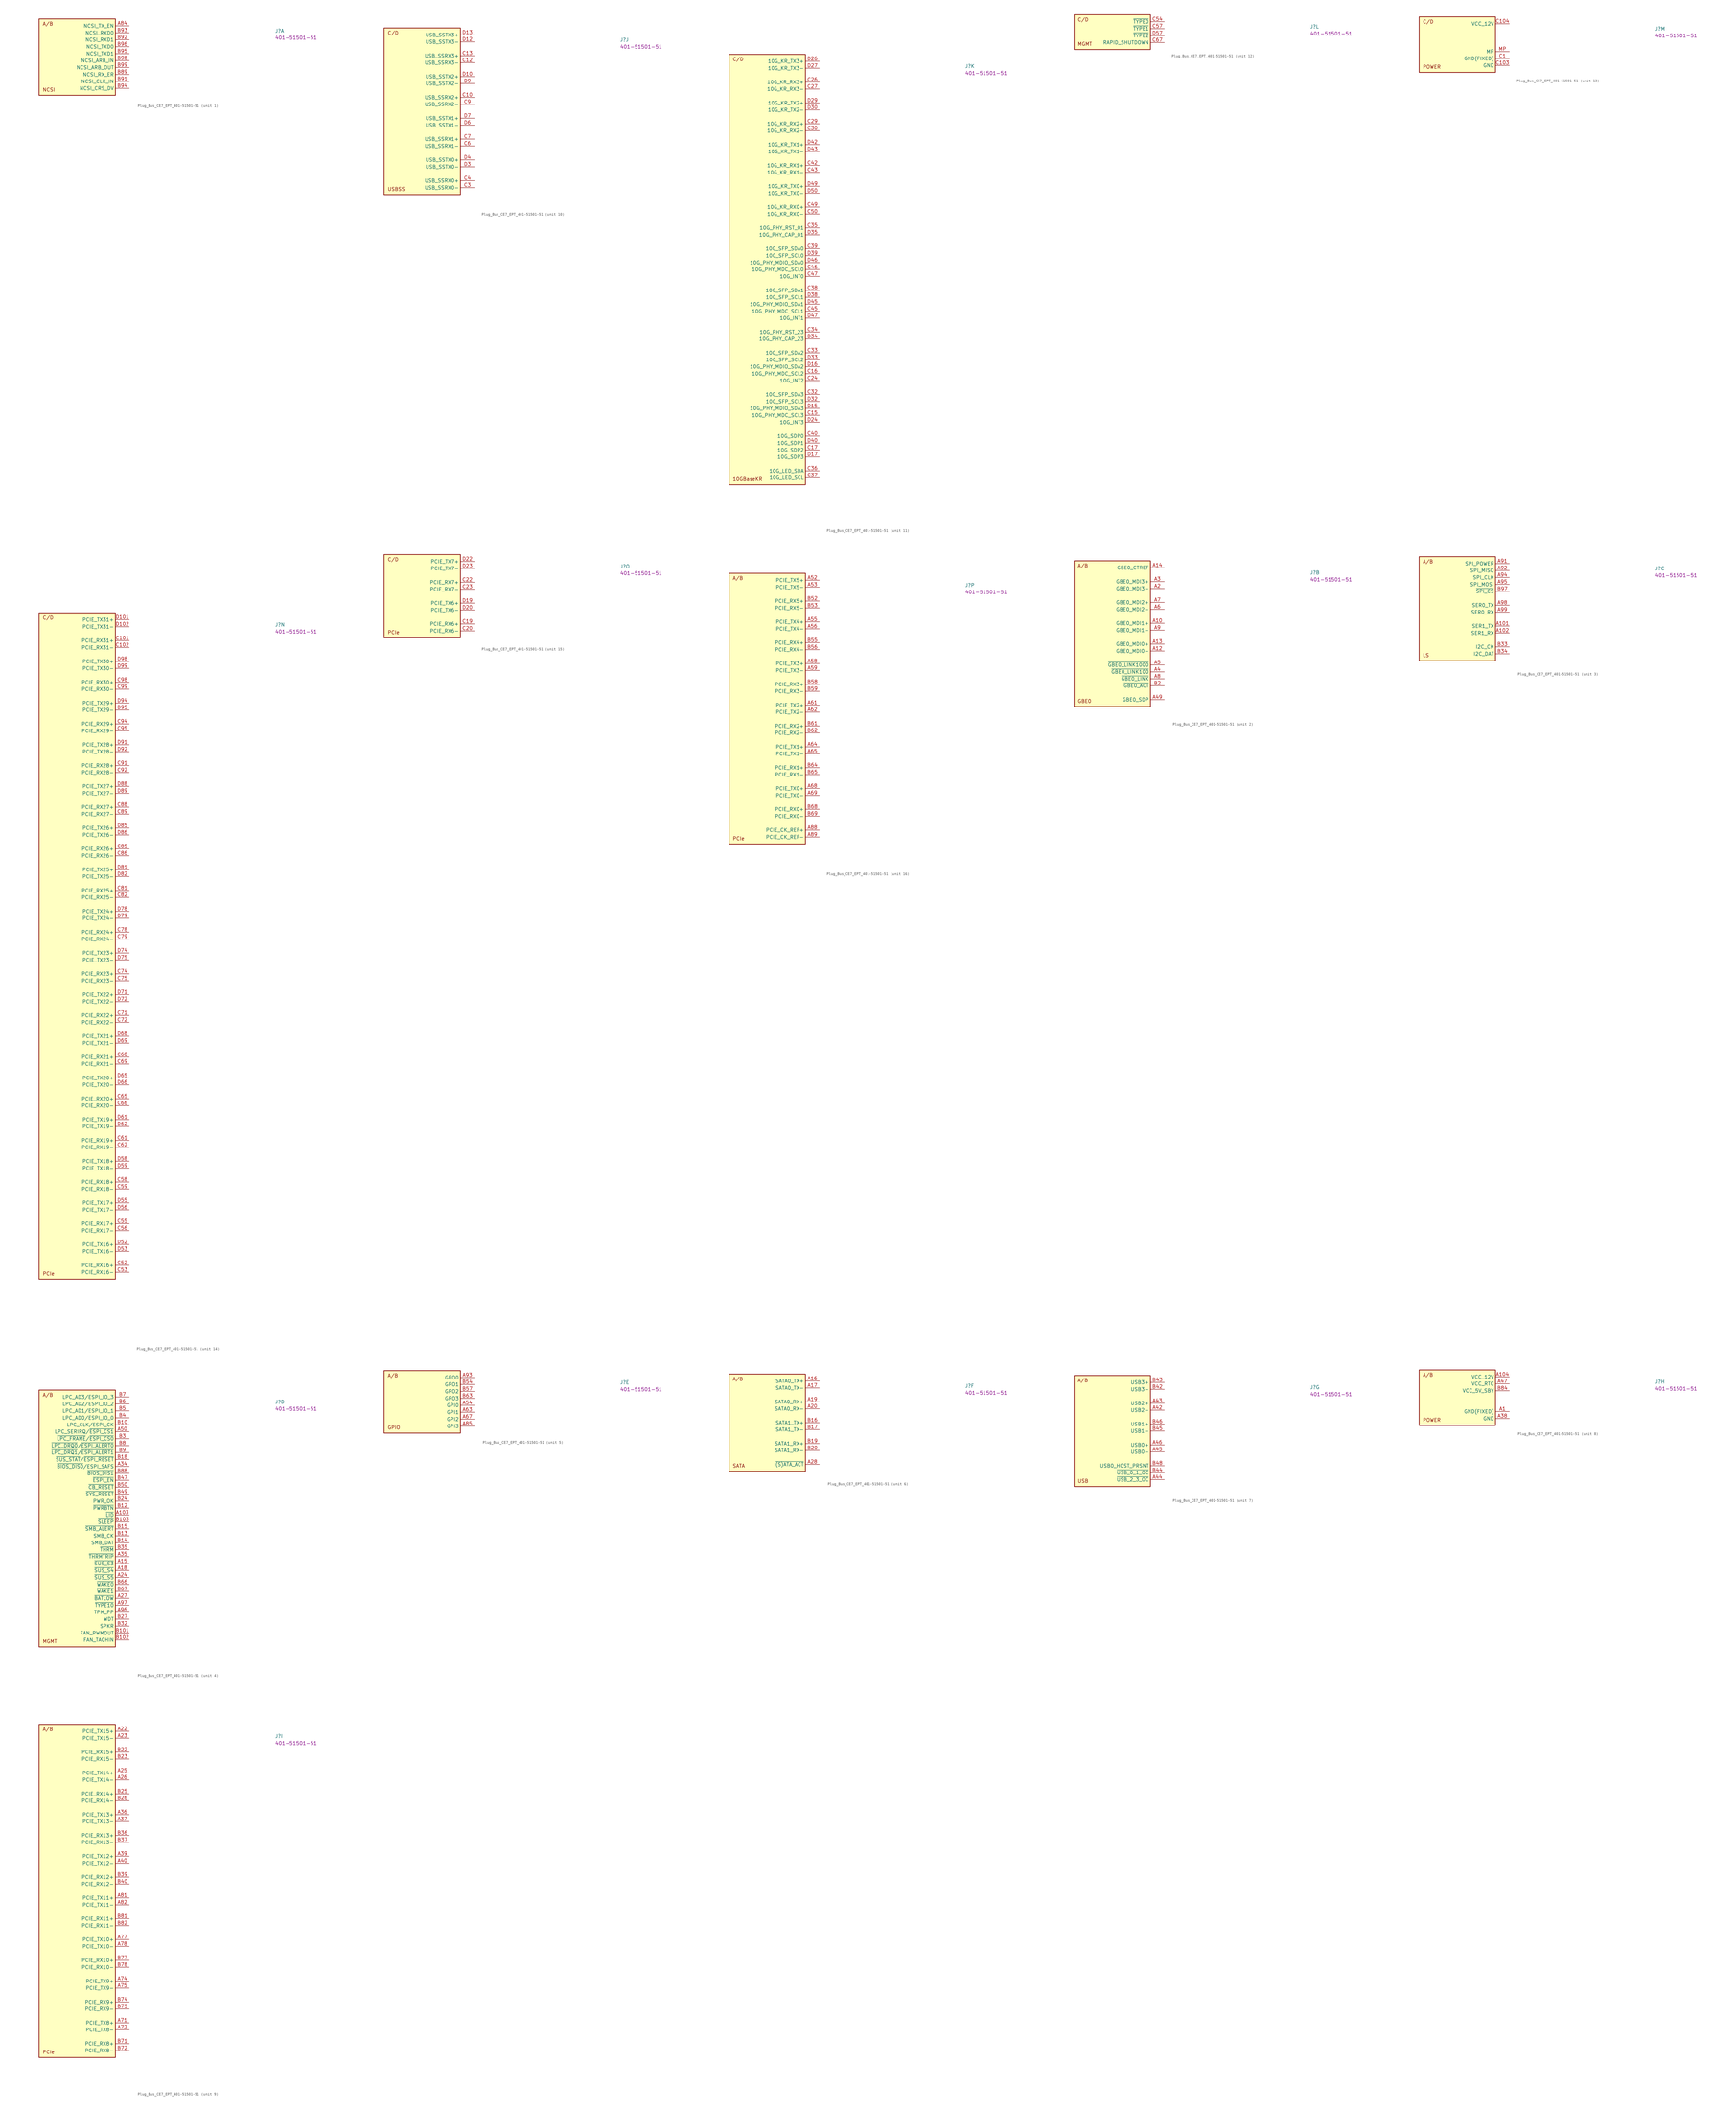
<source format=kicad_sym>
(kicad_symbol_lib
  (version 20220914)
  (generator kicad_symbol_editor)
  (symbol "Plug_Bus_CE7_EPT_401-51501-51"
    (property "Reference" "J"
      (at 53.34 -2.54 0)
      (effects (font (size 1.27 1.27) (thickness 0.15)) (justify left bottom)))
    (property "MPN" "401-51501-51"
      (at 53.34 -5.08 0)
      (effects (font (size 1.27 1.27) (thickness 0.15)) (justify left bottom)))
    (property "ki_locked" ""
      (at 0 0 0)
      (effects (font (size 1.27 1.27))))
    (symbol "Plug_Bus_CE7_EPT_401-51501-51_1_1"
      (rectangle (start -33.02 2.54) (end -5.08 -25.4) (stroke (width 0.254) (type default)) (fill (type background)))
      (text "A/B" (at -31.75 0 0) (effects (font (size 1.27 1.27) (thickness 0.15)) (justify left bottom)))
      (text "NCSI" (at -31.75 -24.13 0) (effects (font (size 1.27 1.27) (thickness 0.15)) (justify left bottom)))
      (pin output line (at 0 0 180) (length 5.08) (name "NCSI_TX_EN" (effects (font (size 1.27 1.27)))) (number "A84" (effects (font (size 1.27 1.27)))))
      (pin input line (at 0 -17.78 180) (length 5.08) (name "NCSI_RX_ER" (effects (font (size 1.27 1.27)))) (number "B89" (effects (font (size 1.27 1.27)))))
      (pin input line (at 0 -20.32 180) (length 5.08) (name "NCSI_CLK_IN" (effects (font (size 1.27 1.27)))) (number "B91" (effects (font (size 1.27 1.27)))))
      (pin input line (at 0 -5.08 180) (length 5.08) (name "NCSI_RXD1" (effects (font (size 1.27 1.27)))) (number "B92" (effects (font (size 1.27 1.27)))))
      (pin input line (at 0 -2.54 180) (length 5.08) (name "NCSI_RXD0" (effects (font (size 1.27 1.27)))) (number "B93" (effects (font (size 1.27 1.27)))))
      (pin output line (at 0 -22.86 180) (length 5.08) (name "NCSI_CRS_DV" (effects (font (size 1.27 1.27)))) (number "B94" (effects (font (size 1.27 1.27)))))
      (pin output line (at 0 -10.16 180) (length 5.08) (name "NCSI_TXD1" (effects (font (size 1.27 1.27)))) (number "B95" (effects (font (size 1.27 1.27)))))
      (pin output line (at 0 -7.62 180) (length 5.08) (name "NCSI_TXD0" (effects (font (size 1.27 1.27)))) (number "B96" (effects (font (size 1.27 1.27)))))
      (pin input line (at 0 -12.7 180) (length 5.08) (name "NCSI_ARB_IN" (effects (font (size 1.27 1.27)))) (number "B98" (effects (font (size 1.27 1.27)))))
      (pin output line (at 0 -15.24 180) (length 5.08) (name "NCSI_ARB_OUT" (effects (font (size 1.27 1.27)))) (number "B99" (effects (font (size 1.27 1.27))))))
    (symbol "Plug_Bus_CE7_EPT_401-51501-51_2_1"
      (rectangle (start -33.02 2.54) (end -5.08 -50.8) (stroke (width 0.254) (type default)) (fill (type background)))
      (text "A/B" (at -31.75 0 0) (effects (font (size 1.27 1.27) (thickness 0.15)) (justify left bottom)))
      (text "GBE0" (at -31.75 -49.53 0) (effects (font (size 1.27 1.27) (thickness 0.15)) (justify left bottom)))
      (pin bidirectional line (at 0 -20.32 180) (length 5.08) (name "GBE0_MDI1+" (effects (font (size 1.27 1.27)))) (number "A10" (effects (font (size 1.27 1.27)))))
      (pin bidirectional line (at 0 -30.48 180) (length 5.08) (name "GBE0_MDI0-" (effects (font (size 1.27 1.27)))) (number "A12" (effects (font (size 1.27 1.27)))))
      (pin bidirectional line (at 0 -27.94 180) (length 5.08) (name "GBE0_MDI0+" (effects (font (size 1.27 1.27)))) (number "A13" (effects (font (size 1.27 1.27)))))
      (pin passive line (at 0 0 180) (length 5.08) (name "GBE0_CTREF" (effects (font (size 1.27 1.27)))) (number "A14" (effects (font (size 1.27 1.27)))))
      (pin bidirectional line (at 0 -7.62 180) (length 5.08) (name "GBE0_MDI3-" (effects (font (size 1.27 1.27)))) (number "A2" (effects (font (size 1.27 1.27)))))
      (pin bidirectional line (at 0 -5.08 180) (length 5.08) (name "GBE0_MDI3+" (effects (font (size 1.27 1.27)))) (number "A3" (effects (font (size 1.27 1.27)))))
      (pin output line (at 0 -38.1 180) (length 5.08) (name "~{GBE0_LINK100}" (effects (font (size 1.27 1.27)))) (number "A4" (effects (font (size 1.27 1.27)))))
      (pin bidirectional line (at 0 -48.26 180) (length 5.08) (name "GBE0_SDP" (effects (font (size 1.27 1.27)))) (number "A49" (effects (font (size 1.27 1.27)))))
      (pin output line (at 0 -35.56 180) (length 5.08) (name "~{GBE0_LINK1000}" (effects (font (size 1.27 1.27)))) (number "A5" (effects (font (size 1.27 1.27)))))
      (pin bidirectional line (at 0 -15.24 180) (length 5.08) (name "GBE0_MDI2-" (effects (font (size 1.27 1.27)))) (number "A6" (effects (font (size 1.27 1.27)))))
      (pin bidirectional line (at 0 -12.7 180) (length 5.08) (name "GBE0_MDI2+" (effects (font (size 1.27 1.27)))) (number "A7" (effects (font (size 1.27 1.27)))))
      (pin output line (at 0 -40.64 180) (length 5.08) (name "~{GBE0_LINK}" (effects (font (size 1.27 1.27)))) (number "A8" (effects (font (size 1.27 1.27)))))
      (pin bidirectional line (at 0 -22.86 180) (length 5.08) (name "GBE0_MDI1-" (effects (font (size 1.27 1.27)))) (number "A9" (effects (font (size 1.27 1.27)))))
      (pin output line (at 0 -43.18 180) (length 5.08) (name "~{GBE0_ACT}" (effects (font (size 1.27 1.27)))) (number "B2" (effects (font (size 1.27 1.27))))))
    (symbol "Plug_Bus_CE7_EPT_401-51501-51_3_1"
      (rectangle (start -33.02 2.54) (end -5.08 -35.56) (stroke (width 0.254) (type default)) (fill (type background)))
      (text "A/B" (at -31.75 0 0) (effects (font (size 1.27 1.27) (thickness 0.15)) (justify left bottom)))
      (text "LS" (at -31.75 -34.29 0) (effects (font (size 1.27 1.27) (thickness 0.15)) (justify left bottom)))
      (pin output line (at 0 -22.86 180) (length 5.08) (name "SER1_TX" (effects (font (size 1.27 1.27)))) (number "A101" (effects (font (size 1.27 1.27)))))
      (pin input line (at 0 -25.4 180) (length 5.08) (name "SER1_RX" (effects (font (size 1.27 1.27)))) (number "A102" (effects (font (size 1.27 1.27)))))
      (pin power_out line (at 0 0 180) (length 5.08) (name "SPI_POWER" (effects (font (size 1.27 1.27)))) (number "A91" (effects (font (size 1.27 1.27)))))
      (pin input line (at 0 -2.54 180) (length 5.08) (name "SPI_MISO" (effects (font (size 1.27 1.27)))) (number "A92" (effects (font (size 1.27 1.27)))))
      (pin output line (at 0 -5.08 180) (length 5.08) (name "SPI_CLK" (effects (font (size 1.27 1.27)))) (number "A94" (effects (font (size 1.27 1.27)))))
      (pin output line (at 0 -7.62 180) (length 5.08) (name "SPI_MOSI" (effects (font (size 1.27 1.27)))) (number "A95" (effects (font (size 1.27 1.27)))))
      (pin output line (at 0 -15.24 180) (length 5.08) (name "SER0_TX" (effects (font (size 1.27 1.27)))) (number "A98" (effects (font (size 1.27 1.27)))))
      (pin input line (at 0 -17.78 180) (length 5.08) (name "SER0_RX" (effects (font (size 1.27 1.27)))) (number "A99" (effects (font (size 1.27 1.27)))))
      (pin open_collector line (at 0 -30.48 180) (length 5.08) (name "I2C_CK" (effects (font (size 1.27 1.27)))) (number "B33" (effects (font (size 1.27 1.27)))))
      (pin open_collector line (at 0 -33.02 180) (length 5.08) (name "I2C_DAT" (effects (font (size 1.27 1.27)))) (number "B34" (effects (font (size 1.27 1.27)))))
      (pin output line (at 0 -10.16 180) (length 5.08) (name "~{SPI_CS}" (effects (font (size 1.27 1.27)))) (number "B97" (effects (font (size 1.27 1.27))))))
    (symbol "Plug_Bus_CE7_EPT_401-51501-51_4_1"
      (rectangle (start -33.02 2.54) (end -5.08 -91.44) (stroke (width 0.254) (type default)) (fill (type background)))
      (text "A/B" (at -31.75 0 0) (effects (font (size 1.27 1.27) (thickness 0.15)) (justify left bottom)))
      (text "MGMT" (at -31.75 -90.17 0) (effects (font (size 1.27 1.27) (thickness 0.15)) (justify left bottom)))
      (pin input line (at 0 -43.18 180) (length 5.08) (name "~{LID}" (effects (font (size 1.27 1.27)))) (number "A103" (effects (font (size 1.27 1.27)))))
      (pin output line (at 0 -60.96 180) (length 5.08) (name "~{SUS_S3}" (effects (font (size 1.27 1.27)))) (number "A15" (effects (font (size 1.27 1.27)))))
      (pin output line (at 0 -63.5 180) (length 5.08) (name "~{SUS_S4}" (effects (font (size 1.27 1.27)))) (number "A18" (effects (font (size 1.27 1.27)))))
      (pin output line (at 0 -66.04 180) (length 5.08) (name "~{SUS_S5}" (effects (font (size 1.27 1.27)))) (number "A24" (effects (font (size 1.27 1.27)))))
      (pin input line (at 0 -73.66 180) (length 5.08) (name "~{BATLOW}" (effects (font (size 1.27 1.27)))) (number "A27" (effects (font (size 1.27 1.27)))))
      (pin input line (at 0 -25.4 180) (length 5.08) (name "~{BIOS_DIS0}/ESPI_SAFS" (effects (font (size 1.27 1.27)))) (number "A34" (effects (font (size 1.27 1.27)))))
      (pin output line (at 0 -58.42 180) (length 5.08) (name "~{THRMTRIP}" (effects (font (size 1.27 1.27)))) (number "A35" (effects (font (size 1.27 1.27)))))
      (pin bidirectional line (at 0 -12.7 180) (length 5.08) (name "LPC_SERIRQ/~{ESPI_CS1}" (effects (font (size 1.27 1.27)))) (number "A50" (effects (font (size 1.27 1.27)))))
      (pin input line (at 0 -78.74 180) (length 5.08) (name "TPM_PP" (effects (font (size 1.27 1.27)))) (number "A96" (effects (font (size 1.27 1.27)))))
      (pin passive line (at 0 -76.2 180) (length 5.08) (name "~{TYPE10}" (effects (font (size 1.27 1.27)))) (number "A97" (effects (font (size 1.27 1.27)))))
      (pin output line (at 0 -10.16 180) (length 5.08) (name "LPC_CLK/ESPI_CK" (effects (font (size 1.27 1.27)))) (number "B10" (effects (font (size 1.27 1.27)))))
      (pin output line (at 0 -86.36 180) (length 5.08) (name "FAN_PWMOUT" (effects (font (size 1.27 1.27)))) (number "B101" (effects (font (size 1.27 1.27)))))
      (pin input line (at 0 -88.9 180) (length 5.08) (name "FAN_TACHIN" (effects (font (size 1.27 1.27)))) (number "B102" (effects (font (size 1.27 1.27)))))
      (pin input line (at 0 -45.72 180) (length 5.08) (name "~{SLEEP}" (effects (font (size 1.27 1.27)))) (number "B103" (effects (font (size 1.27 1.27)))))
      (pin input line (at 0 -40.64 180) (length 5.08) (name "~{PWRBTN}" (effects (font (size 1.27 1.27)))) (number "B12" (effects (font (size 1.27 1.27)))))
      (pin open_collector line (at 0 -50.8 180) (length 5.08) (name "SMB_CK" (effects (font (size 1.27 1.27)))) (number "B13" (effects (font (size 1.27 1.27)))))
      (pin open_collector line (at 0 -53.34 180) (length 5.08) (name "SMB_DAT" (effects (font (size 1.27 1.27)))) (number "B14" (effects (font (size 1.27 1.27)))))
      (pin input line (at 0 -48.26 180) (length 5.08) (name "~{SMB_ALERT}" (effects (font (size 1.27 1.27)))) (number "B15" (effects (font (size 1.27 1.27)))))
      (pin output line (at 0 -22.86 180) (length 5.08) (name "~{SUS_STAT}/~{ESPI_RESET}" (effects (font (size 1.27 1.27)))) (number "B18" (effects (font (size 1.27 1.27)))))
      (pin input line (at 0 -38.1 180) (length 5.08) (name "PWR_OK" (effects (font (size 1.27 1.27)))) (number "B24" (effects (font (size 1.27 1.27)))))
      (pin output line (at 0 -81.28 180) (length 5.08) (name "WDT" (effects (font (size 1.27 1.27)))) (number "B27" (effects (font (size 1.27 1.27)))))
      (pin bidirectional line (at 0 -15.24 180) (length 5.08) (name "~{LPC_FRAME}/~{ESPI_CS0}" (effects (font (size 1.27 1.27)))) (number "B3" (effects (font (size 1.27 1.27)))))
      (pin output line (at 0 -83.82 180) (length 5.08) (name "SPKR" (effects (font (size 1.27 1.27)))) (number "B32" (effects (font (size 1.27 1.27)))))
      (pin input line (at 0 -55.88 180) (length 5.08) (name "~{THRM}" (effects (font (size 1.27 1.27)))) (number "B35" (effects (font (size 1.27 1.27)))))
      (pin bidirectional line (at 0 -7.62 180) (length 5.08) (name "LPC_AD0/ESPI_IO_0" (effects (font (size 1.27 1.27)))) (number "B4" (effects (font (size 1.27 1.27)))))
      (pin input line (at 0 -30.48 180) (length 5.08) (name "~{ESPI_EN}" (effects (font (size 1.27 1.27)))) (number "B47" (effects (font (size 1.27 1.27)))))
      (pin input line (at 0 -35.56 180) (length 5.08) (name "~{SYS_RESET}" (effects (font (size 1.27 1.27)))) (number "B49" (effects (font (size 1.27 1.27)))))
      (pin bidirectional line (at 0 -5.08 180) (length 5.08) (name "LPC_AD1/ESPI_IO_1" (effects (font (size 1.27 1.27)))) (number "B5" (effects (font (size 1.27 1.27)))))
      (pin output line (at 0 -33.02 180) (length 5.08) (name "~{CB_RESET}" (effects (font (size 1.27 1.27)))) (number "B50" (effects (font (size 1.27 1.27)))))
      (pin bidirectional line (at 0 -2.54 180) (length 5.08) (name "LPC_AD2/ESPI_IO_2" (effects (font (size 1.27 1.27)))) (number "B6" (effects (font (size 1.27 1.27)))))
      (pin input line (at 0 -68.58 180) (length 5.08) (name "~{WAKE0}" (effects (font (size 1.27 1.27)))) (number "B66" (effects (font (size 1.27 1.27)))))
      (pin input line (at 0 -71.12 180) (length 5.08) (name "~{WAKE1}" (effects (font (size 1.27 1.27)))) (number "B67" (effects (font (size 1.27 1.27)))))
      (pin bidirectional line (at 0 0 180) (length 5.08) (name "LPC_AD3/ESPI_IO_3" (effects (font (size 1.27 1.27)))) (number "B7" (effects (font (size 1.27 1.27)))))
      (pin input line (at 0 -17.78 180) (length 5.08) (name "~{LPC_DRQ0}/~{ESPI_ALERT0}" (effects (font (size 1.27 1.27)))) (number "B8" (effects (font (size 1.27 1.27)))))
      (pin input line (at 0 -27.94 180) (length 5.08) (name "~{BIOS_DIS1}" (effects (font (size 1.27 1.27)))) (number "B88" (effects (font (size 1.27 1.27)))))
      (pin input line (at 0 -20.32 180) (length 5.08) (name "~{LPC_DRQ1}/~{ESPI_ALERT1}" (effects (font (size 1.27 1.27)))) (number "B9" (effects (font (size 1.27 1.27))))))
    (symbol "Plug_Bus_CE7_EPT_401-51501-51_5_1"
      (rectangle (start -33.02 2.54) (end -5.08 -20.32) (stroke (width 0.254) (type default)) (fill (type background)))
      (text "A/B" (at -31.75 0 0) (effects (font (size 1.27 1.27) (thickness 0.15)) (justify left bottom)))
      (text "GPIO" (at -31.75 -19.05 0) (effects (font (size 1.27 1.27) (thickness 0.15)) (justify left bottom)))
      (pin input line (at 0 -10.16 180) (length 5.08) (name "GPI0" (effects (font (size 1.27 1.27)))) (number "A54" (effects (font (size 1.27 1.27)))))
      (pin input line (at 0 -12.7 180) (length 5.08) (name "GPI1" (effects (font (size 1.27 1.27)))) (number "A63" (effects (font (size 1.27 1.27)))))
      (pin input line (at 0 -15.24 180) (length 5.08) (name "GPI2" (effects (font (size 1.27 1.27)))) (number "A67" (effects (font (size 1.27 1.27)))))
      (pin input line (at 0 -17.78 180) (length 5.08) (name "GPI3" (effects (font (size 1.27 1.27)))) (number "A85" (effects (font (size 1.27 1.27)))))
      (pin output line (at 0 0 180) (length 5.08) (name "GPO0" (effects (font (size 1.27 1.27)))) (number "A93" (effects (font (size 1.27 1.27)))))
      (pin output line (at 0 -2.54 180) (length 5.08) (name "GPO1" (effects (font (size 1.27 1.27)))) (number "B54" (effects (font (size 1.27 1.27)))))
      (pin output line (at 0 -5.08 180) (length 5.08) (name "GPO2" (effects (font (size 1.27 1.27)))) (number "B57" (effects (font (size 1.27 1.27)))))
      (pin output line (at 0 -7.62 180) (length 5.08) (name "GPO3" (effects (font (size 1.27 1.27)))) (number "B63" (effects (font (size 1.27 1.27))))))
    (symbol "Plug_Bus_CE7_EPT_401-51501-51_6_1"
      (rectangle (start -33.02 2.54) (end -5.08 -33.02) (stroke (width 0.254) (type default)) (fill (type background)))
      (text "A/B" (at -31.75 0 0) (effects (font (size 1.27 1.27) (thickness 0.15)) (justify left bottom)))
      (text "SATA" (at -31.75 -31.75 0) (effects (font (size 1.27 1.27) (thickness 0.15)) (justify left bottom)))
      (pin output line (at 0 0 180) (length 5.08) (name "SATA0_TX+" (effects (font (size 1.27 1.27)))) (number "A16" (effects (font (size 1.27 1.27)))))
      (pin output line (at 0 -2.54 180) (length 5.08) (name "SATA0_TX-" (effects (font (size 1.27 1.27)))) (number "A17" (effects (font (size 1.27 1.27)))))
      (pin input line (at 0 -7.62 180) (length 5.08) (name "SATA0_RX+" (effects (font (size 1.27 1.27)))) (number "A19" (effects (font (size 1.27 1.27)))))
      (pin input line (at 0 -10.16 180) (length 5.08) (name "SATA0_RX-" (effects (font (size 1.27 1.27)))) (number "A20" (effects (font (size 1.27 1.27)))))
      (pin bidirectional line (at 0 -30.48 180) (length 5.08) (name "~{(S)ATA_ACT}" (effects (font (size 1.27 1.27)))) (number "A28" (effects (font (size 1.27 1.27)))))
      (pin output line (at 0 -15.24 180) (length 5.08) (name "SATA1_TX+" (effects (font (size 1.27 1.27)))) (number "B16" (effects (font (size 1.27 1.27)))))
      (pin output line (at 0 -17.78 180) (length 5.08) (name "SATA1_TX-" (effects (font (size 1.27 1.27)))) (number "B17" (effects (font (size 1.27 1.27)))))
      (pin input line (at 0 -22.86 180) (length 5.08) (name "SATA1_RX+" (effects (font (size 1.27 1.27)))) (number "B19" (effects (font (size 1.27 1.27)))))
      (pin input line (at 0 -25.4 180) (length 5.08) (name "SATA1_RX-" (effects (font (size 1.27 1.27)))) (number "B20" (effects (font (size 1.27 1.27))))))
    (symbol "Plug_Bus_CE7_EPT_401-51501-51_7_1"
      (rectangle (start -33.02 2.54) (end -5.08 -38.1) (stroke (width 0.254) (type default)) (fill (type background)))
      (text "A/B" (at -31.75 0 0) (effects (font (size 1.27 1.27) (thickness 0.15)) (justify left bottom)))
      (text "USB" (at -31.75 -36.83 0) (effects (font (size 1.27 1.27) (thickness 0.15)) (justify left bottom)))
      (pin bidirectional line (at 0 -10.16 180) (length 5.08) (name "USB2-" (effects (font (size 1.27 1.27)))) (number "A42" (effects (font (size 1.27 1.27)))))
      (pin bidirectional line (at 0 -7.62 180) (length 5.08) (name "USB2+" (effects (font (size 1.27 1.27)))) (number "A43" (effects (font (size 1.27 1.27)))))
      (pin input line (at 0 -35.56 180) (length 5.08) (name "~{USB_2_3_OC}" (effects (font (size 1.27 1.27)))) (number "A44" (effects (font (size 1.27 1.27)))))
      (pin bidirectional line (at 0 -25.4 180) (length 5.08) (name "USB0-" (effects (font (size 1.27 1.27)))) (number "A45" (effects (font (size 1.27 1.27)))))
      (pin bidirectional line (at 0 -22.86 180) (length 5.08) (name "USB0+" (effects (font (size 1.27 1.27)))) (number "A46" (effects (font (size 1.27 1.27)))))
      (pin bidirectional line (at 0 -2.54 180) (length 5.08) (name "USB3-" (effects (font (size 1.27 1.27)))) (number "B42" (effects (font (size 1.27 1.27)))))
      (pin bidirectional line (at 0 0 180) (length 5.08) (name "USB3+" (effects (font (size 1.27 1.27)))) (number "B43" (effects (font (size 1.27 1.27)))))
      (pin input line (at 0 -33.02 180) (length 5.08) (name "~{USB_0_1_OC}" (effects (font (size 1.27 1.27)))) (number "B44" (effects (font (size 1.27 1.27)))))
      (pin bidirectional line (at 0 -17.78 180) (length 5.08) (name "USB1-" (effects (font (size 1.27 1.27)))) (number "B45" (effects (font (size 1.27 1.27)))))
      (pin bidirectional line (at 0 -15.24 180) (length 5.08) (name "USB1+" (effects (font (size 1.27 1.27)))) (number "B46" (effects (font (size 1.27 1.27)))))
      (pin input line (at 0 -30.48 180) (length 5.08) (name "USB0_HOST_PRSNT" (effects (font (size 1.27 1.27)))) (number "B48" (effects (font (size 1.27 1.27))))))
    (symbol "Plug_Bus_CE7_EPT_401-51501-51_8_1"
      (rectangle (start -33.02 2.54) (end -5.08 -17.78) (stroke (width 0.254) (type default)) (fill (type background)))
      (text "A/B" (at -31.75 0 0) (effects (font (size 1.27 1.27) (thickness 0.15)) (justify left bottom)))
      (text "POWER" (at -31.75 -16.51 0) (effects (font (size 1.27 1.27) (thickness 0.15)) (justify left bottom)))
      (pin power_in line (at 0 -12.7 180) (length 5.08) (name "GND(FIXED)" (effects (font (size 1.27 1.27)))) (number "A1" (effects (font (size 1.27 1.27)))))
      (pin passive line (at 0 -12.7 180) (length 5.08) hide (name "GND(FIXED)" (effects (font (size 1.27 1.27)))) (number "A100" (effects (font (size 1.27 1.27)))))
      (pin power_in line (at 0 0 180) (length 5.08) (name "VCC_12V" (effects (font (size 1.27 1.27)))) (number "A104" (effects (font (size 1.27 1.27)))))
      (pin passive line (at 0 0 180) (length 5.08) hide (name "VCC_12V" (effects (font (size 1.27 1.27)))) (number "A105" (effects (font (size 1.27 1.27)))))
      (pin passive line (at 0 0 180) (length 5.08) hide (name "VCC_12V" (effects (font (size 1.27 1.27)))) (number "A106" (effects (font (size 1.27 1.27)))))
      (pin passive line (at 0 0 180) (length 5.08) hide (name "VCC_12V" (effects (font (size 1.27 1.27)))) (number "A107" (effects (font (size 1.27 1.27)))))
      (pin passive line (at 0 0 180) (length 5.08) hide (name "VCC_12V" (effects (font (size 1.27 1.27)))) (number "A108" (effects (font (size 1.27 1.27)))))
      (pin passive line (at 0 0 180) (length 5.08) hide (name "VCC_12V" (effects (font (size 1.27 1.27)))) (number "A109" (effects (font (size 1.27 1.27)))))
      (pin passive line (at 0 -12.7 180) (length 5.08) hide (name "GND(FIXED)" (effects (font (size 1.27 1.27)))) (number "A11" (effects (font (size 1.27 1.27)))))
      (pin passive line (at 0 -12.7 180) (length 5.08) hide (name "GND(FIXED)" (effects (font (size 1.27 1.27)))) (number "A110" (effects (font (size 1.27 1.27)))))
      (pin passive line (at 0 -12.7 180) (length 5.08) hide (name "GND(FIXED)" (effects (font (size 1.27 1.27)))) (number "A21" (effects (font (size 1.27 1.27)))))
      (pin no_connect line (at -33.02 -2.54 0) (length 5.08) hide (name "RSVD" (effects (font (size 1.27 1.27)))) (number "A29" (effects (font (size 1.27 1.27)))))
      (pin no_connect line (at -33.02 -3.81 0) (length 5.08) hide (name "RSVD" (effects (font (size 1.27 1.27)))) (number "A30" (effects (font (size 1.27 1.27)))))
      (pin passive line (at 0 -12.7 180) (length 5.08) hide (name "GND(FIXED)" (effects (font (size 1.27 1.27)))) (number "A31" (effects (font (size 1.27 1.27)))))
      (pin no_connect line (at -33.02 -5.08 0) (length 5.08) hide (name "RSVD" (effects (font (size 1.27 1.27)))) (number "A32" (effects (font (size 1.27 1.27)))))
      (pin no_connect line (at -33.02 -6.35 0) (length 5.08) hide (name "RSVD" (effects (font (size 1.27 1.27)))) (number "A33" (effects (font (size 1.27 1.27)))))
      (pin power_in line (at 0 -15.24 180) (length 5.08) (name "GND" (effects (font (size 1.27 1.27)))) (number "A38" (effects (font (size 1.27 1.27)))))
      (pin passive line (at 0 -12.7 180) (length 5.08) hide (name "GND(FIXED)" (effects (font (size 1.27 1.27)))) (number "A41" (effects (font (size 1.27 1.27)))))
      (pin power_in line (at 0 -2.54 180) (length 5.08) (name "VCC_RTC" (effects (font (size 1.27 1.27)))) (number "A47" (effects (font (size 1.27 1.27)))))
      (pin no_connect line (at -33.02 -7.62 0) (length 5.08) hide (name "RSVD" (effects (font (size 1.27 1.27)))) (number "A48" (effects (font (size 1.27 1.27)))))
      (pin passive line (at 0 -12.7 180) (length 5.08) hide (name "GND(FIXED)" (effects (font (size 1.27 1.27)))) (number "A51" (effects (font (size 1.27 1.27)))))
      (pin passive line (at 0 -15.24 180) (length 5.08) hide (name "GND" (effects (font (size 1.27 1.27)))) (number "A57" (effects (font (size 1.27 1.27)))))
      (pin passive line (at 0 -12.7 180) (length 5.08) hide (name "GND(FIXED)" (effects (font (size 1.27 1.27)))) (number "A60" (effects (font (size 1.27 1.27)))))
      (pin passive line (at 0 -15.24 180) (length 5.08) hide (name "GND" (effects (font (size 1.27 1.27)))) (number "A66" (effects (font (size 1.27 1.27)))))
      (pin passive line (at 0 -12.7 180) (length 5.08) hide (name "GND(FIXED)" (effects (font (size 1.27 1.27)))) (number "A70" (effects (font (size 1.27 1.27)))))
      (pin passive line (at 0 -15.24 180) (length 5.08) hide (name "GND" (effects (font (size 1.27 1.27)))) (number "A73" (effects (font (size 1.27 1.27)))))
      (pin passive line (at 0 -15.24 180) (length 5.08) hide (name "GND" (effects (font (size 1.27 1.27)))) (number "A76" (effects (font (size 1.27 1.27)))))
      (pin passive line (at 0 -15.24 180) (length 5.08) hide (name "GND" (effects (font (size 1.27 1.27)))) (number "A79" (effects (font (size 1.27 1.27)))))
      (pin passive line (at 0 -12.7 180) (length 5.08) hide (name "GND(FIXED)" (effects (font (size 1.27 1.27)))) (number "A80" (effects (font (size 1.27 1.27)))))
      (pin passive line (at 0 -15.24 180) (length 5.08) hide (name "GND" (effects (font (size 1.27 1.27)))) (number "A83" (effects (font (size 1.27 1.27)))))
      (pin no_connect line (at -33.02 -8.89 0) (length 5.08) hide (name "RSVD" (effects (font (size 1.27 1.27)))) (number "A86" (effects (font (size 1.27 1.27)))))
      (pin no_connect line (at -33.02 -10.16 0) (length 5.08) hide (name "RSVD" (effects (font (size 1.27 1.27)))) (number "A87" (effects (font (size 1.27 1.27)))))
      (pin passive line (at 0 -12.7 180) (length 5.08) hide (name "GND(FIXED)" (effects (font (size 1.27 1.27)))) (number "A90" (effects (font (size 1.27 1.27)))))
      (pin passive line (at 0 -12.7 180) (length 5.08) hide (name "GND(FIXED)" (effects (font (size 1.27 1.27)))) (number "B1" (effects (font (size 1.27 1.27)))))
      (pin passive line (at 0 -12.7 180) (length 5.08) hide (name "GND(FIXED)" (effects (font (size 1.27 1.27)))) (number "B100" (effects (font (size 1.27 1.27)))))
      (pin passive line (at 0 0 180) (length 5.08) hide (name "VCC_12V" (effects (font (size 1.27 1.27)))) (number "B104" (effects (font (size 1.27 1.27)))))
      (pin passive line (at 0 0 180) (length 5.08) hide (name "VCC_12V" (effects (font (size 1.27 1.27)))) (number "B105" (effects (font (size 1.27 1.27)))))
      (pin passive line (at 0 0 180) (length 5.08) hide (name "VCC_12V" (effects (font (size 1.27 1.27)))) (number "B106" (effects (font (size 1.27 1.27)))))
      (pin passive line (at 0 0 180) (length 5.08) hide (name "VCC_12V" (effects (font (size 1.27 1.27)))) (number "B107" (effects (font (size 1.27 1.27)))))
      (pin passive line (at 0 0 180) (length 5.08) hide (name "VCC_12V" (effects (font (size 1.27 1.27)))) (number "B108" (effects (font (size 1.27 1.27)))))
      (pin passive line (at 0 0 180) (length 5.08) hide (name "VCC_12V" (effects (font (size 1.27 1.27)))) (number "B109" (effects (font (size 1.27 1.27)))))
      (pin passive line (at 0 -12.7 180) (length 5.08) hide (name "GND(FIXED)" (effects (font (size 1.27 1.27)))) (number "B11" (effects (font (size 1.27 1.27)))))
      (pin passive line (at 0 -12.7 180) (length 5.08) hide (name "GND(FIXED)" (effects (font (size 1.27 1.27)))) (number "B110" (effects (font (size 1.27 1.27)))))
      (pin passive line (at 0 -12.7 180) (length 5.08) hide (name "GND(FIXED)" (effects (font (size 1.27 1.27)))) (number "B21" (effects (font (size 1.27 1.27)))))
      (pin no_connect line (at -33.02 -11.43 0) (length 5.08) hide (name "RSVD" (effects (font (size 1.27 1.27)))) (number "B28" (effects (font (size 1.27 1.27)))))
      (pin no_connect line (at -33.02 -12.7 0) (length 5.08) hide (name "RSVD" (effects (font (size 1.27 1.27)))) (number "B29" (effects (font (size 1.27 1.27)))))
      (pin no_connect line (at -33.02 -13.97 0) (length 5.08) hide (name "RSVD" (effects (font (size 1.27 1.27)))) (number "B30" (effects (font (size 1.27 1.27)))))
      (pin passive line (at 0 -12.7 180) (length 5.08) hide (name "GND(FIXED)" (effects (font (size 1.27 1.27)))) (number "B31" (effects (font (size 1.27 1.27)))))
      (pin passive line (at 0 -15.24 180) (length 5.08) hide (name "GND" (effects (font (size 1.27 1.27)))) (number "B38" (effects (font (size 1.27 1.27)))))
      (pin passive line (at 0 -12.7 180) (length 5.08) hide (name "GND(FIXED)" (effects (font (size 1.27 1.27)))) (number "B41" (effects (font (size 1.27 1.27)))))
      (pin passive line (at 0 -12.7 180) (length 5.08) hide (name "GND(FIXED)" (effects (font (size 1.27 1.27)))) (number "B51" (effects (font (size 1.27 1.27)))))
      (pin passive line (at 0 -12.7 180) (length 5.08) hide (name "GND(FIXED)" (effects (font (size 1.27 1.27)))) (number "B60" (effects (font (size 1.27 1.27)))))
      (pin passive line (at 0 -12.7 180) (length 5.08) hide (name "GND(FIXED)" (effects (font (size 1.27 1.27)))) (number "B70" (effects (font (size 1.27 1.27)))))
      (pin passive line (at 0 -15.24 180) (length 5.08) hide (name "GND" (effects (font (size 1.27 1.27)))) (number "B73" (effects (font (size 1.27 1.27)))))
      (pin passive line (at 0 -15.24 180) (length 5.08) hide (name "GND" (effects (font (size 1.27 1.27)))) (number "B76" (effects (font (size 1.27 1.27)))))
      (pin passive line (at 0 -15.24 180) (length 5.08) hide (name "GND" (effects (font (size 1.27 1.27)))) (number "B79" (effects (font (size 1.27 1.27)))))
      (pin passive line (at 0 -12.7 180) (length 5.08) hide (name "GND(FIXED)" (effects (font (size 1.27 1.27)))) (number "B80" (effects (font (size 1.27 1.27)))))
      (pin passive line (at 0 -15.24 180) (length 5.08) hide (name "GND" (effects (font (size 1.27 1.27)))) (number "B83" (effects (font (size 1.27 1.27)))))
      (pin power_in line (at 0 -5.08 180) (length 5.08) (name "VCC_5V_SBY" (effects (font (size 1.27 1.27)))) (number "B84" (effects (font (size 1.27 1.27)))))
      (pin passive line (at 0 -5.08 180) (length 5.08) hide (name "VCC_5V_SBY" (effects (font (size 1.27 1.27)))) (number "B85" (effects (font (size 1.27 1.27)))))
      (pin passive line (at 0 -5.08 180) (length 5.08) hide (name "VCC_5V_SBY" (effects (font (size 1.27 1.27)))) (number "B86" (effects (font (size 1.27 1.27)))))
      (pin passive line (at 0 -5.08 180) (length 5.08) hide (name "VCC_5V_SBY" (effects (font (size 1.27 1.27)))) (number "B87" (effects (font (size 1.27 1.27)))))
      (pin passive line (at 0 -12.7 180) (length 5.08) hide (name "GND(FIXED)" (effects (font (size 1.27 1.27)))) (number "B90" (effects (font (size 1.27 1.27))))))
    (symbol "Plug_Bus_CE7_EPT_401-51501-51_9_1"
      (rectangle (start -33.02 2.54) (end -5.08 -119.38) (stroke (width 0.254) (type default)) (fill (type background)))
      (text "A/B" (at -31.75 0 0) (effects (font (size 1.27 1.27) (thickness 0.15)) (justify left bottom)))
      (text "PCIe" (at -31.75 -118.11 0) (effects (font (size 1.27 1.27) (thickness 0.15)) (justify left bottom)))
      (pin output line (at 0 0 180) (length 5.08) (name "PCIE_TX15+" (effects (font (size 1.27 1.27)))) (number "A22" (effects (font (size 1.27 1.27)))))
      (pin output line (at 0 -2.54 180) (length 5.08) (name "PCIE_TX15-" (effects (font (size 1.27 1.27)))) (number "A23" (effects (font (size 1.27 1.27)))))
      (pin output line (at 0 -15.24 180) (length 5.08) (name "PCIE_TX14+" (effects (font (size 1.27 1.27)))) (number "A25" (effects (font (size 1.27 1.27)))))
      (pin output line (at 0 -17.78 180) (length 5.08) (name "PCIE_TX14-" (effects (font (size 1.27 1.27)))) (number "A26" (effects (font (size 1.27 1.27)))))
      (pin output line (at 0 -30.48 180) (length 5.08) (name "PCIE_TX13+" (effects (font (size 1.27 1.27)))) (number "A36" (effects (font (size 1.27 1.27)))))
      (pin output line (at 0 -33.02 180) (length 5.08) (name "PCIE_TX13-" (effects (font (size 1.27 1.27)))) (number "A37" (effects (font (size 1.27 1.27)))))
      (pin output line (at 0 -45.72 180) (length 5.08) (name "PCIE_TX12+" (effects (font (size 1.27 1.27)))) (number "A39" (effects (font (size 1.27 1.27)))))
      (pin output line (at 0 -48.26 180) (length 5.08) (name "PCIE_TX12-" (effects (font (size 1.27 1.27)))) (number "A40" (effects (font (size 1.27 1.27)))))
      (pin output line (at 0 -106.68 180) (length 5.08) (name "PCIE_TX8+" (effects (font (size 1.27 1.27)))) (number "A71" (effects (font (size 1.27 1.27)))))
      (pin output line (at 0 -109.22 180) (length 5.08) (name "PCIE_TX8-" (effects (font (size 1.27 1.27)))) (number "A72" (effects (font (size 1.27 1.27)))))
      (pin output line (at 0 -91.44 180) (length 5.08) (name "PCIE_TX9+" (effects (font (size 1.27 1.27)))) (number "A74" (effects (font (size 1.27 1.27)))))
      (pin output line (at 0 -93.98 180) (length 5.08) (name "PCIE_TX9-" (effects (font (size 1.27 1.27)))) (number "A75" (effects (font (size 1.27 1.27)))))
      (pin output line (at 0 -76.2 180) (length 5.08) (name "PCIE_TX10+" (effects (font (size 1.27 1.27)))) (number "A77" (effects (font (size 1.27 1.27)))))
      (pin output line (at 0 -78.74 180) (length 5.08) (name "PCIE_TX10-" (effects (font (size 1.27 1.27)))) (number "A78" (effects (font (size 1.27 1.27)))))
      (pin output line (at 0 -60.96 180) (length 5.08) (name "PCIE_TX11+" (effects (font (size 1.27 1.27)))) (number "A81" (effects (font (size 1.27 1.27)))))
      (pin output line (at 0 -63.5 180) (length 5.08) (name "PCIE_TX11-" (effects (font (size 1.27 1.27)))) (number "A82" (effects (font (size 1.27 1.27)))))
      (pin input line (at 0 -7.62 180) (length 5.08) (name "PCIE_RX15+" (effects (font (size 1.27 1.27)))) (number "B22" (effects (font (size 1.27 1.27)))))
      (pin input line (at 0 -10.16 180) (length 5.08) (name "PCIE_RX15-" (effects (font (size 1.27 1.27)))) (number "B23" (effects (font (size 1.27 1.27)))))
      (pin input line (at 0 -22.86 180) (length 5.08) (name "PCIE_RX14+" (effects (font (size 1.27 1.27)))) (number "B25" (effects (font (size 1.27 1.27)))))
      (pin input line (at 0 -25.4 180) (length 5.08) (name "PCIE_RX14-" (effects (font (size 1.27 1.27)))) (number "B26" (effects (font (size 1.27 1.27)))))
      (pin input line (at 0 -38.1 180) (length 5.08) (name "PCIE_RX13+" (effects (font (size 1.27 1.27)))) (number "B36" (effects (font (size 1.27 1.27)))))
      (pin input line (at 0 -40.64 180) (length 5.08) (name "PCIE_RX13-" (effects (font (size 1.27 1.27)))) (number "B37" (effects (font (size 1.27 1.27)))))
      (pin input line (at 0 -53.34 180) (length 5.08) (name "PCIE_RX12+" (effects (font (size 1.27 1.27)))) (number "B39" (effects (font (size 1.27 1.27)))))
      (pin input line (at 0 -55.88 180) (length 5.08) (name "PCIE_RX12-" (effects (font (size 1.27 1.27)))) (number "B40" (effects (font (size 1.27 1.27)))))
      (pin input line (at 0 -114.3 180) (length 5.08) (name "PCIE_RX8+" (effects (font (size 1.27 1.27)))) (number "B71" (effects (font (size 1.27 1.27)))))
      (pin input line (at 0 -116.84 180) (length 5.08) (name "PCIE_RX8-" (effects (font (size 1.27 1.27)))) (number "B72" (effects (font (size 1.27 1.27)))))
      (pin input line (at 0 -99.06 180) (length 5.08) (name "PCIE_RX9+" (effects (font (size 1.27 1.27)))) (number "B74" (effects (font (size 1.27 1.27)))))
      (pin input line (at 0 -101.6 180) (length 5.08) (name "PCIE_RX9-" (effects (font (size 1.27 1.27)))) (number "B75" (effects (font (size 1.27 1.27)))))
      (pin input line (at 0 -83.82 180) (length 5.08) (name "PCIE_RX10+" (effects (font (size 1.27 1.27)))) (number "B77" (effects (font (size 1.27 1.27)))))
      (pin input line (at 0 -86.36 180) (length 5.08) (name "PCIE_RX10-" (effects (font (size 1.27 1.27)))) (number "B78" (effects (font (size 1.27 1.27)))))
      (pin input line (at 0 -68.58 180) (length 5.08) (name "PCIE_RX11+" (effects (font (size 1.27 1.27)))) (number "B81" (effects (font (size 1.27 1.27)))))
      (pin input line (at 0 -71.12 180) (length 5.08) (name "PCIE_RX11-" (effects (font (size 1.27 1.27)))) (number "B82" (effects (font (size 1.27 1.27))))))
    (symbol "Plug_Bus_CE7_EPT_401-51501-51_10_1"
      (rectangle (start -33.02 2.54) (end -5.08 -58.42) (stroke (width 0.254) (type default)) (fill (type background)))
      (text "C/D" (at -31.75 0 0) (effects (font (size 1.27 1.27) (thickness 0.15)) (justify left bottom)))
      (text "USBSS" (at -31.75 -57.15 0) (effects (font (size 1.27 1.27) (thickness 0.15)) (justify left bottom)))
      (pin input line (at 0 -22.86 180) (length 5.08) (name "USB_SSRX2+" (effects (font (size 1.27 1.27)))) (number "C10" (effects (font (size 1.27 1.27)))))
      (pin input line (at 0 -10.16 180) (length 5.08) (name "USB_SSRX3-" (effects (font (size 1.27 1.27)))) (number "C12" (effects (font (size 1.27 1.27)))))
      (pin input line (at 0 -7.62 180) (length 5.08) (name "USB_SSRX3+" (effects (font (size 1.27 1.27)))) (number "C13" (effects (font (size 1.27 1.27)))))
      (pin input line (at 0 -55.88 180) (length 5.08) (name "USB_SSRX0-" (effects (font (size 1.27 1.27)))) (number "C3" (effects (font (size 1.27 1.27)))))
      (pin input line (at 0 -53.34 180) (length 5.08) (name "USB_SSRX0+" (effects (font (size 1.27 1.27)))) (number "C4" (effects (font (size 1.27 1.27)))))
      (pin input line (at 0 -40.64 180) (length 5.08) (name "USB_SSRX1-" (effects (font (size 1.27 1.27)))) (number "C6" (effects (font (size 1.27 1.27)))))
      (pin input line (at 0 -38.1 180) (length 5.08) (name "USB_SSRX1+" (effects (font (size 1.27 1.27)))) (number "C7" (effects (font (size 1.27 1.27)))))
      (pin input line (at 0 -25.4 180) (length 5.08) (name "USB_SSRX2-" (effects (font (size 1.27 1.27)))) (number "C9" (effects (font (size 1.27 1.27)))))
      (pin output line (at 0 -15.24 180) (length 5.08) (name "USB_SSTX2+" (effects (font (size 1.27 1.27)))) (number "D10" (effects (font (size 1.27 1.27)))))
      (pin output line (at 0 -2.54 180) (length 5.08) (name "USB_SSTX3-" (effects (font (size 1.27 1.27)))) (number "D12" (effects (font (size 1.27 1.27)))))
      (pin output line (at 0 0 180) (length 5.08) (name "USB_SSTX3+" (effects (font (size 1.27 1.27)))) (number "D13" (effects (font (size 1.27 1.27)))))
      (pin output line (at 0 -48.26 180) (length 5.08) (name "USB_SSTX0-" (effects (font (size 1.27 1.27)))) (number "D3" (effects (font (size 1.27 1.27)))))
      (pin output line (at 0 -45.72 180) (length 5.08) (name "USB_SSTX0+" (effects (font (size 1.27 1.27)))) (number "D4" (effects (font (size 1.27 1.27)))))
      (pin output line (at 0 -33.02 180) (length 5.08) (name "USB_SSTX1-" (effects (font (size 1.27 1.27)))) (number "D6" (effects (font (size 1.27 1.27)))))
      (pin output line (at 0 -30.48 180) (length 5.08) (name "USB_SSTX1+" (effects (font (size 1.27 1.27)))) (number "D7" (effects (font (size 1.27 1.27)))))
      (pin output line (at 0 -17.78 180) (length 5.08) (name "USB_SSTX2-" (effects (font (size 1.27 1.27)))) (number "D9" (effects (font (size 1.27 1.27))))))
    (symbol "Plug_Bus_CE7_EPT_401-51501-51_11_1"
      (rectangle (start -33.02 2.54) (end -5.08 -154.94) (stroke (width 0.254) (type default)) (fill (type background)))
      (text "10GBaseKR" (at -31.75 -153.67 0) (effects (font (size 1.27 1.27) (thickness 0.15)) (justify left bottom)))
      (text "C/D" (at -31.75 0 0) (effects (font (size 1.27 1.27) (thickness 0.15)) (justify left bottom)))
      (pin open_collector line (at 0 -129.54 180) (length 5.08) (name "10G_PHY_MDC_SCL3" (effects (font (size 1.27 1.27)))) (number "C15" (effects (font (size 1.27 1.27)))))
      (pin open_collector line (at 0 -114.3 180) (length 5.08) (name "10G_PHY_MDC_SCL2" (effects (font (size 1.27 1.27)))) (number "C16" (effects (font (size 1.27 1.27)))))
      (pin bidirectional line (at 0 -142.24 180) (length 5.08) (name "10G_SDP2" (effects (font (size 1.27 1.27)))) (number "C17" (effects (font (size 1.27 1.27)))))
      (pin input line (at 0 -116.84 180) (length 5.08) (name "10G_INT2" (effects (font (size 1.27 1.27)))) (number "C24" (effects (font (size 1.27 1.27)))))
      (pin input line (at 0 -7.62 180) (length 5.08) (name "10G_KR_RX3+" (effects (font (size 1.27 1.27)))) (number "C26" (effects (font (size 1.27 1.27)))))
      (pin input line (at 0 -10.16 180) (length 5.08) (name "10G_KR_RX3-" (effects (font (size 1.27 1.27)))) (number "C27" (effects (font (size 1.27 1.27)))))
      (pin input line (at 0 -22.86 180) (length 5.08) (name "10G_KR_RX2+" (effects (font (size 1.27 1.27)))) (number "C29" (effects (font (size 1.27 1.27)))))
      (pin input line (at 0 -25.4 180) (length 5.08) (name "10G_KR_RX2-" (effects (font (size 1.27 1.27)))) (number "C30" (effects (font (size 1.27 1.27)))))
      (pin open_collector line (at 0 -121.92 180) (length 5.08) (name "10G_SFP_SDA3" (effects (font (size 1.27 1.27)))) (number "C32" (effects (font (size 1.27 1.27)))))
      (pin open_collector line (at 0 -106.68 180) (length 5.08) (name "10G_SFP_SDA2" (effects (font (size 1.27 1.27)))) (number "C33" (effects (font (size 1.27 1.27)))))
      (pin output line (at 0 -99.06 180) (length 5.08) (name "10G_PHY_RST_23" (effects (font (size 1.27 1.27)))) (number "C34" (effects (font (size 1.27 1.27)))))
      (pin output line (at 0 -60.96 180) (length 5.08) (name "10G_PHY_RST_01" (effects (font (size 1.27 1.27)))) (number "C35" (effects (font (size 1.27 1.27)))))
      (pin open_collector line (at 0 -149.86 180) (length 5.08) (name "10G_LED_SDA" (effects (font (size 1.27 1.27)))) (number "C36" (effects (font (size 1.27 1.27)))))
      (pin open_collector line (at 0 -152.4 180) (length 5.08) (name "10G_LED_SCL" (effects (font (size 1.27 1.27)))) (number "C37" (effects (font (size 1.27 1.27)))))
      (pin open_collector line (at 0 -83.82 180) (length 5.08) (name "10G_SFP_SDA1" (effects (font (size 1.27 1.27)))) (number "C38" (effects (font (size 1.27 1.27)))))
      (pin open_collector line (at 0 -68.58 180) (length 5.08) (name "10G_SFP_SDA0" (effects (font (size 1.27 1.27)))) (number "C39" (effects (font (size 1.27 1.27)))))
      (pin bidirectional line (at 0 -137.16 180) (length 5.08) (name "10G_SDP0" (effects (font (size 1.27 1.27)))) (number "C40" (effects (font (size 1.27 1.27)))))
      (pin input line (at 0 -38.1 180) (length 5.08) (name "10G_KR_RX1+" (effects (font (size 1.27 1.27)))) (number "C42" (effects (font (size 1.27 1.27)))))
      (pin input line (at 0 -40.64 180) (length 5.08) (name "10G_KR_RX1-" (effects (font (size 1.27 1.27)))) (number "C43" (effects (font (size 1.27 1.27)))))
      (pin open_collector line (at 0 -91.44 180) (length 5.08) (name "10G_PHY_MDC_SCL1" (effects (font (size 1.27 1.27)))) (number "C45" (effects (font (size 1.27 1.27)))))
      (pin open_collector line (at 0 -76.2 180) (length 5.08) (name "10G_PHY_MDC_SCL0" (effects (font (size 1.27 1.27)))) (number "C46" (effects (font (size 1.27 1.27)))))
      (pin input line (at 0 -78.74 180) (length 5.08) (name "10G_INT0" (effects (font (size 1.27 1.27)))) (number "C47" (effects (font (size 1.27 1.27)))))
      (pin input line (at 0 -53.34 180) (length 5.08) (name "10G_KR_RX0+" (effects (font (size 1.27 1.27)))) (number "C49" (effects (font (size 1.27 1.27)))))
      (pin input line (at 0 -55.88 180) (length 5.08) (name "10G_KR_RX0-" (effects (font (size 1.27 1.27)))) (number "C50" (effects (font (size 1.27 1.27)))))
      (pin open_collector line (at 0 -127 180) (length 5.08) (name "10G_PHY_MDIO_SDA3" (effects (font (size 1.27 1.27)))) (number "D15" (effects (font (size 1.27 1.27)))))
      (pin open_collector line (at 0 -111.76 180) (length 5.08) (name "10G_PHY_MDIO_SDA2" (effects (font (size 1.27 1.27)))) (number "D16" (effects (font (size 1.27 1.27)))))
      (pin bidirectional line (at 0 -144.78 180) (length 5.08) (name "10G_SDP3" (effects (font (size 1.27 1.27)))) (number "D17" (effects (font (size 1.27 1.27)))))
      (pin input line (at 0 -132.08 180) (length 5.08) (name "10G_INT3" (effects (font (size 1.27 1.27)))) (number "D24" (effects (font (size 1.27 1.27)))))
      (pin output line (at 0 0 180) (length 5.08) (name "10G_KR_TX3+" (effects (font (size 1.27 1.27)))) (number "D26" (effects (font (size 1.27 1.27)))))
      (pin output line (at 0 -2.54 180) (length 5.08) (name "10G_KR_TX3-" (effects (font (size 1.27 1.27)))) (number "D27" (effects (font (size 1.27 1.27)))))
      (pin output line (at 0 -15.24 180) (length 5.08) (name "10G_KR_TX2+" (effects (font (size 1.27 1.27)))) (number "D29" (effects (font (size 1.27 1.27)))))
      (pin output line (at 0 -17.78 180) (length 5.08) (name "10G_KR_TX2-" (effects (font (size 1.27 1.27)))) (number "D30" (effects (font (size 1.27 1.27)))))
      (pin open_collector line (at 0 -124.46 180) (length 5.08) (name "10G_SFP_SCL3" (effects (font (size 1.27 1.27)))) (number "D32" (effects (font (size 1.27 1.27)))))
      (pin open_collector line (at 0 -109.22 180) (length 5.08) (name "10G_SFP_SCL2" (effects (font (size 1.27 1.27)))) (number "D33" (effects (font (size 1.27 1.27)))))
      (pin input line (at 0 -101.6 180) (length 5.08) (name "10G_PHY_CAP_23" (effects (font (size 1.27 1.27)))) (number "D34" (effects (font (size 1.27 1.27)))))
      (pin input line (at 0 -63.5 180) (length 5.08) (name "10G_PHY_CAP_01" (effects (font (size 1.27 1.27)))) (number "D35" (effects (font (size 1.27 1.27)))))
      (pin open_collector line (at 0 -86.36 180) (length 5.08) (name "10G_SFP_SCL1" (effects (font (size 1.27 1.27)))) (number "D38" (effects (font (size 1.27 1.27)))))
      (pin open_collector line (at 0 -71.12 180) (length 5.08) (name "10G_SFP_SCL0" (effects (font (size 1.27 1.27)))) (number "D39" (effects (font (size 1.27 1.27)))))
      (pin bidirectional line (at 0 -139.7 180) (length 5.08) (name "10G_SDP1" (effects (font (size 1.27 1.27)))) (number "D40" (effects (font (size 1.27 1.27)))))
      (pin output line (at 0 -30.48 180) (length 5.08) (name "10G_KR_TX1+" (effects (font (size 1.27 1.27)))) (number "D42" (effects (font (size 1.27 1.27)))))
      (pin output line (at 0 -33.02 180) (length 5.08) (name "10G_KR_TX1-" (effects (font (size 1.27 1.27)))) (number "D43" (effects (font (size 1.27 1.27)))))
      (pin open_collector line (at 0 -88.9 180) (length 5.08) (name "10G_PHY_MDIO_SDA1" (effects (font (size 1.27 1.27)))) (number "D45" (effects (font (size 1.27 1.27)))))
      (pin open_collector line (at 0 -73.66 180) (length 5.08) (name "10G_PHY_MDIO_SDA0" (effects (font (size 1.27 1.27)))) (number "D46" (effects (font (size 1.27 1.27)))))
      (pin input line (at 0 -93.98 180) (length 5.08) (name "10G_INT1" (effects (font (size 1.27 1.27)))) (number "D47" (effects (font (size 1.27 1.27)))))
      (pin output line (at 0 -45.72 180) (length 5.08) (name "10G_KR_TX0+" (effects (font (size 1.27 1.27)))) (number "D49" (effects (font (size 1.27 1.27)))))
      (pin output line (at 0 -48.26 180) (length 5.08) (name "10G_KR_TX0-" (effects (font (size 1.27 1.27)))) (number "D50" (effects (font (size 1.27 1.27))))))
    (symbol "Plug_Bus_CE7_EPT_401-51501-51_12_1"
      (rectangle (start -33.02 2.54) (end -5.08 -10.16) (stroke (width 0.254) (type default)) (fill (type background)))
      (text "C/D" (at -31.75 0 0) (effects (font (size 1.27 1.27) (thickness 0.15)) (justify left bottom)))
      (text "MGMT" (at -31.75 -8.89 0) (effects (font (size 1.27 1.27) (thickness 0.15)) (justify left bottom)))
      (pin passive line (at 0 0 180) (length 5.08) (name "~{TYPE0}" (effects (font (size 1.27 1.27)))) (number "C54" (effects (font (size 1.27 1.27)))))
      (pin passive line (at 0 -2.54 180) (length 5.08) (name "~{TYPE1}" (effects (font (size 1.27 1.27)))) (number "C57" (effects (font (size 1.27 1.27)))))
      (pin input line (at 0 -7.62 180) (length 5.08) (name "RAPID_SHUTDOWN" (effects (font (size 1.27 1.27)))) (number "C67" (effects (font (size 1.27 1.27)))))
      (pin passive line (at 0 -5.08 180) (length 5.08) (name "~{TYPE2}" (effects (font (size 1.27 1.27)))) (number "D57" (effects (font (size 1.27 1.27))))))
    (symbol "Plug_Bus_CE7_EPT_401-51501-51_13_1"
      (rectangle (start -33.02 2.54) (end -5.08 -17.78) (stroke (width 0.254) (type default)) (fill (type background)))
      (text "C/D" (at -31.75 0 0) (effects (font (size 1.27 1.27) (thickness 0.15)) (justify left bottom)))
      (text "POWER" (at -31.75 -16.51 0) (effects (font (size 1.27 1.27) (thickness 0.15)) (justify left bottom)))
      (pin power_in line (at 0 -12.7 180) (length 5.08) (name "GND(FIXED)" (effects (font (size 1.27 1.27)))) (number "C1" (effects (font (size 1.27 1.27)))))
      (pin passive line (at 0 -12.7 180) (length 5.08) hide (name "GND(FIXED)" (effects (font (size 1.27 1.27)))) (number "C100" (effects (font (size 1.27 1.27)))))
      (pin power_in line (at 0 -15.24 180) (length 5.08) (name "GND" (effects (font (size 1.27 1.27)))) (number "C103" (effects (font (size 1.27 1.27)))))
      (pin power_in line (at 0 0 180) (length 5.08) (name "VCC_12V" (effects (font (size 1.27 1.27)))) (number "C104" (effects (font (size 1.27 1.27)))))
      (pin passive line (at 0 0 180) (length 5.08) hide (name "VCC_12V" (effects (font (size 1.27 1.27)))) (number "C105" (effects (font (size 1.27 1.27)))))
      (pin passive line (at 0 0 180) (length 5.08) hide (name "VCC_12V" (effects (font (size 1.27 1.27)))) (number "C106" (effects (font (size 1.27 1.27)))))
      (pin passive line (at 0 0 180) (length 5.08) hide (name "VCC_12V" (effects (font (size 1.27 1.27)))) (number "C107" (effects (font (size 1.27 1.27)))))
      (pin passive line (at 0 0 180) (length 5.08) hide (name "VCC_12V" (effects (font (size 1.27 1.27)))) (number "C108" (effects (font (size 1.27 1.27)))))
      (pin passive line (at 0 0 180) (length 5.08) hide (name "VCC_12V" (effects (font (size 1.27 1.27)))) (number "C109" (effects (font (size 1.27 1.27)))))
      (pin passive line (at 0 -12.7 180) (length 5.08) hide (name "GND(FIXED)" (effects (font (size 1.27 1.27)))) (number "C11" (effects (font (size 1.27 1.27)))))
      (pin passive line (at 0 -12.7 180) (length 5.08) hide (name "GND(FIXED)" (effects (font (size 1.27 1.27)))) (number "C110" (effects (font (size 1.27 1.27)))))
      (pin passive line (at 0 -15.24 180) (length 5.08) hide (name "GND" (effects (font (size 1.27 1.27)))) (number "C14" (effects (font (size 1.27 1.27)))))
      (pin passive line (at 0 -15.24 180) (length 5.08) hide (name "GND" (effects (font (size 1.27 1.27)))) (number "C18" (effects (font (size 1.27 1.27)))))
      (pin passive line (at 0 -15.24 180) (length 5.08) hide (name "GND" (effects (font (size 1.27 1.27)))) (number "C2" (effects (font (size 1.27 1.27)))))
      (pin passive line (at 0 -12.7 180) (length 5.08) hide (name "GND(FIXED)" (effects (font (size 1.27 1.27)))) (number "C21" (effects (font (size 1.27 1.27)))))
      (pin passive line (at 0 -15.24 180) (length 5.08) hide (name "GND" (effects (font (size 1.27 1.27)))) (number "C25" (effects (font (size 1.27 1.27)))))
      (pin passive line (at 0 -15.24 180) (length 5.08) hide (name "GND" (effects (font (size 1.27 1.27)))) (number "C28" (effects (font (size 1.27 1.27)))))
      (pin passive line (at 0 -12.7 180) (length 5.08) hide (name "GND(FIXED)" (effects (font (size 1.27 1.27)))) (number "C31" (effects (font (size 1.27 1.27)))))
      (pin passive line (at 0 -12.7 180) (length 5.08) hide (name "GND(FIXED)" (effects (font (size 1.27 1.27)))) (number "C41" (effects (font (size 1.27 1.27)))))
      (pin passive line (at 0 -15.24 180) (length 5.08) hide (name "GND" (effects (font (size 1.27 1.27)))) (number "C44" (effects (font (size 1.27 1.27)))))
      (pin passive line (at 0 -15.24 180) (length 5.08) hide (name "GND" (effects (font (size 1.27 1.27)))) (number "C48" (effects (font (size 1.27 1.27)))))
      (pin passive line (at 0 -15.24 180) (length 5.08) hide (name "GND" (effects (font (size 1.27 1.27)))) (number "C5" (effects (font (size 1.27 1.27)))))
      (pin passive line (at 0 -12.7 180) (length 5.08) hide (name "GND(FIXED)" (effects (font (size 1.27 1.27)))) (number "C51" (effects (font (size 1.27 1.27)))))
      (pin passive line (at 0 -12.7 180) (length 5.08) hide (name "GND(FIXED)" (effects (font (size 1.27 1.27)))) (number "C60" (effects (font (size 1.27 1.27)))))
      (pin no_connect line (at -33.02 -2.54 0) (length 5.08) hide (name "RSVD" (effects (font (size 1.27 1.27)))) (number "C63" (effects (font (size 1.27 1.27)))))
      (pin no_connect line (at -33.02 -3.81 0) (length 5.08) hide (name "RSVD" (effects (font (size 1.27 1.27)))) (number "C64" (effects (font (size 1.27 1.27)))))
      (pin passive line (at 0 -12.7 180) (length 5.08) hide (name "GND(FIXED)" (effects (font (size 1.27 1.27)))) (number "C70" (effects (font (size 1.27 1.27)))))
      (pin passive line (at 0 -15.24 180) (length 5.08) hide (name "GND" (effects (font (size 1.27 1.27)))) (number "C73" (effects (font (size 1.27 1.27)))))
      (pin passive line (at 0 -15.24 180) (length 5.08) hide (name "GND" (effects (font (size 1.27 1.27)))) (number "C76" (effects (font (size 1.27 1.27)))))
      (pin no_connect line (at -33.02 -5.08 0) (length 5.08) hide (name "RSVD" (effects (font (size 1.27 1.27)))) (number "C77" (effects (font (size 1.27 1.27)))))
      (pin passive line (at 0 -15.24 180) (length 5.08) hide (name "GND" (effects (font (size 1.27 1.27)))) (number "C8" (effects (font (size 1.27 1.27)))))
      (pin passive line (at 0 -12.7 180) (length 5.08) hide (name "GND(FIXED)" (effects (font (size 1.27 1.27)))) (number "C80" (effects (font (size 1.27 1.27)))))
      (pin no_connect line (at -33.02 -6.35 0) (length 5.08) hide (name "RSVD" (effects (font (size 1.27 1.27)))) (number "C83" (effects (font (size 1.27 1.27)))))
      (pin passive line (at 0 -15.24 180) (length 5.08) hide (name "GND" (effects (font (size 1.27 1.27)))) (number "C84" (effects (font (size 1.27 1.27)))))
      (pin passive line (at 0 -15.24 180) (length 5.08) hide (name "GND" (effects (font (size 1.27 1.27)))) (number "C87" (effects (font (size 1.27 1.27)))))
      (pin passive line (at 0 -12.7 180) (length 5.08) hide (name "GND(FIXED)" (effects (font (size 1.27 1.27)))) (number "C90" (effects (font (size 1.27 1.27)))))
      (pin passive line (at 0 -15.24 180) (length 5.08) hide (name "GND" (effects (font (size 1.27 1.27)))) (number "C93" (effects (font (size 1.27 1.27)))))
      (pin passive line (at 0 -15.24 180) (length 5.08) hide (name "GND" (effects (font (size 1.27 1.27)))) (number "C96" (effects (font (size 1.27 1.27)))))
      (pin no_connect line (at -33.02 -7.62 0) (length 5.08) hide (name "RSVD" (effects (font (size 1.27 1.27)))) (number "C97" (effects (font (size 1.27 1.27)))))
      (pin passive line (at 0 -12.7 180) (length 5.08) hide (name "GND(FIXED)" (effects (font (size 1.27 1.27)))) (number "D1" (effects (font (size 1.27 1.27)))))
      (pin passive line (at 0 -12.7 180) (length 5.08) hide (name "GND(FIXED)" (effects (font (size 1.27 1.27)))) (number "D100" (effects (font (size 1.27 1.27)))))
      (pin passive line (at 0 -15.24 180) (length 5.08) hide (name "GND" (effects (font (size 1.27 1.27)))) (number "D103" (effects (font (size 1.27 1.27)))))
      (pin passive line (at 0 0 180) (length 5.08) hide (name "VCC_12V" (effects (font (size 1.27 1.27)))) (number "D104" (effects (font (size 1.27 1.27)))))
      (pin passive line (at 0 0 180) (length 5.08) hide (name "VCC_12V" (effects (font (size 1.27 1.27)))) (number "D105" (effects (font (size 1.27 1.27)))))
      (pin passive line (at 0 0 180) (length 5.08) hide (name "VCC_12V" (effects (font (size 1.27 1.27)))) (number "D106" (effects (font (size 1.27 1.27)))))
      (pin passive line (at 0 0 180) (length 5.08) hide (name "VCC_12V" (effects (font (size 1.27 1.27)))) (number "D107" (effects (font (size 1.27 1.27)))))
      (pin passive line (at 0 0 180) (length 5.08) hide (name "VCC_12V" (effects (font (size 1.27 1.27)))) (number "D108" (effects (font (size 1.27 1.27)))))
      (pin passive line (at 0 0 180) (length 5.08) hide (name "VCC_12V" (effects (font (size 1.27 1.27)))) (number "D109" (effects (font (size 1.27 1.27)))))
      (pin passive line (at 0 -12.7 180) (length 5.08) hide (name "GND(FIXED)" (effects (font (size 1.27 1.27)))) (number "D11" (effects (font (size 1.27 1.27)))))
      (pin passive line (at 0 -12.7 180) (length 5.08) hide (name "GND(FIXED)" (effects (font (size 1.27 1.27)))) (number "D110" (effects (font (size 1.27 1.27)))))
      (pin passive line (at 0 -15.24 180) (length 5.08) hide (name "GND" (effects (font (size 1.27 1.27)))) (number "D14" (effects (font (size 1.27 1.27)))))
      (pin passive line (at 0 -15.24 180) (length 5.08) hide (name "GND" (effects (font (size 1.27 1.27)))) (number "D18" (effects (font (size 1.27 1.27)))))
      (pin passive line (at 0 -15.24 180) (length 5.08) hide (name "GND" (effects (font (size 1.27 1.27)))) (number "D2" (effects (font (size 1.27 1.27)))))
      (pin passive line (at 0 -12.7 180) (length 5.08) hide (name "GND(FIXED)" (effects (font (size 1.27 1.27)))) (number "D21" (effects (font (size 1.27 1.27)))))
      (pin passive line (at 0 -15.24 180) (length 5.08) hide (name "GND" (effects (font (size 1.27 1.27)))) (number "D25" (effects (font (size 1.27 1.27)))))
      (pin passive line (at 0 -15.24 180) (length 5.08) hide (name "GND" (effects (font (size 1.27 1.27)))) (number "D28" (effects (font (size 1.27 1.27)))))
      (pin passive line (at 0 -12.7 180) (length 5.08) hide (name "GND(FIXED)" (effects (font (size 1.27 1.27)))) (number "D31" (effects (font (size 1.27 1.27)))))
      (pin no_connect line (at -33.02 -13.97 0) (length 5.08) hide (name "RSVD" (effects (font (size 1.27 1.27)))) (number "D36" (effects (font (size 1.27 1.27)))))
      (pin no_connect line (at -33.02 -12.7 0) (length 5.08) hide (name "RSVD" (effects (font (size 1.27 1.27)))) (number "D37" (effects (font (size 1.27 1.27)))))
      (pin passive line (at 0 -12.7 180) (length 5.08) hide (name "GND(FIXED)" (effects (font (size 1.27 1.27)))) (number "D41" (effects (font (size 1.27 1.27)))))
      (pin passive line (at 0 -15.24 180) (length 5.08) hide (name "GND" (effects (font (size 1.27 1.27)))) (number "D44" (effects (font (size 1.27 1.27)))))
      (pin passive line (at 0 -15.24 180) (length 5.08) hide (name "GND" (effects (font (size 1.27 1.27)))) (number "D48" (effects (font (size 1.27 1.27)))))
      (pin passive line (at 0 -15.24 180) (length 5.08) hide (name "GND" (effects (font (size 1.27 1.27)))) (number "D5" (effects (font (size 1.27 1.27)))))
      (pin passive line (at 0 -12.7 180) (length 5.08) hide (name "GND(FIXED)" (effects (font (size 1.27 1.27)))) (number "D51" (effects (font (size 1.27 1.27)))))
      (pin no_connect line (at -33.02 -8.89 0) (length 5.08) hide (name "RSVD" (effects (font (size 1.27 1.27)))) (number "D54" (effects (font (size 1.27 1.27)))))
      (pin passive line (at 0 -12.7 180) (length 5.08) hide (name "GND(FIXED)" (effects (font (size 1.27 1.27)))) (number "D60" (effects (font (size 1.27 1.27)))))
      (pin no_connect line (at -33.02 -11.43 0) (length 5.08) hide (name "RSVD" (effects (font (size 1.27 1.27)))) (number "D63" (effects (font (size 1.27 1.27)))))
      (pin no_connect line (at -33.02 -10.16 0) (length 5.08) hide (name "RSVD" (effects (font (size 1.27 1.27)))) (number "D64" (effects (font (size 1.27 1.27)))))
      (pin passive line (at 0 -15.24 180) (length 5.08) hide (name "GND" (effects (font (size 1.27 1.27)))) (number "D67" (effects (font (size 1.27 1.27)))))
      (pin passive line (at 0 -12.7 180) (length 5.08) hide (name "GND(FIXED)" (effects (font (size 1.27 1.27)))) (number "D70" (effects (font (size 1.27 1.27)))))
      (pin passive line (at 0 -15.24 180) (length 5.08) hide (name "GND" (effects (font (size 1.27 1.27)))) (number "D73" (effects (font (size 1.27 1.27)))))
      (pin passive line (at 0 -15.24 180) (length 5.08) hide (name "GND" (effects (font (size 1.27 1.27)))) (number "D76" (effects (font (size 1.27 1.27)))))
      (pin no_connect line (at -33.02 0 0) (length 5.08) hide (name "RSVD" (effects (font (size 1.27 1.27)))) (number "D77" (effects (font (size 1.27 1.27)))))
      (pin passive line (at 0 -15.24 180) (length 5.08) hide (name "GND" (effects (font (size 1.27 1.27)))) (number "D8" (effects (font (size 1.27 1.27)))))
      (pin passive line (at 0 -12.7 180) (length 5.08) hide (name "GND(FIXED)" (effects (font (size 1.27 1.27)))) (number "D80" (effects (font (size 1.27 1.27)))))
      (pin no_connect line (at -33.02 -15.24 0) (length 5.08) hide (name "RSVD" (effects (font (size 1.27 1.27)))) (number "D83" (effects (font (size 1.27 1.27)))))
      (pin passive line (at 0 -15.24 180) (length 5.08) hide (name "GND" (effects (font (size 1.27 1.27)))) (number "D84" (effects (font (size 1.27 1.27)))))
      (pin passive line (at 0 -15.24 180) (length 5.08) hide (name "GND" (effects (font (size 1.27 1.27)))) (number "D87" (effects (font (size 1.27 1.27)))))
      (pin passive line (at 0 -12.7 180) (length 5.08) hide (name "GND(FIXED)" (effects (font (size 1.27 1.27)))) (number "D90" (effects (font (size 1.27 1.27)))))
      (pin passive line (at 0 -15.24 180) (length 5.08) hide (name "GND" (effects (font (size 1.27 1.27)))) (number "D93" (effects (font (size 1.27 1.27)))))
      (pin passive line (at 0 -15.24 180) (length 5.08) hide (name "GND" (effects (font (size 1.27 1.27)))) (number "D96" (effects (font (size 1.27 1.27)))))
      (pin no_connect line (at -33.02 -1.27 0) (length 5.08) hide (name "RSVD" (effects (font (size 1.27 1.27)))) (number "D97" (effects (font (size 1.27 1.27)))))
      (pin passive line (at 0 -10.16 180) (length 5.08) (name "MP" (effects (font (size 1.27 1.27)))) (number "MP" (effects (font (size 1.27 1.27))))))
    (symbol "Plug_Bus_CE7_EPT_401-51501-51_14_1"
      (rectangle (start -33.02 2.54) (end -5.08 -241.3) (stroke (width 0.254) (type default)) (fill (type background)))
      (text "C/D" (at -31.75 0 0) (effects (font (size 1.27 1.27) (thickness 0.15)) (justify left bottom)))
      (text "PCIe" (at -31.75 -240.03 0) (effects (font (size 1.27 1.27) (thickness 0.15)) (justify left bottom)))
      (pin input line (at 0 -7.62 180) (length 5.08) (name "PCIE_RX31+" (effects (font (size 1.27 1.27)))) (number "C101" (effects (font (size 1.27 1.27)))))
      (pin input line (at 0 -10.16 180) (length 5.08) (name "PCIE_RX31-" (effects (font (size 1.27 1.27)))) (number "C102" (effects (font (size 1.27 1.27)))))
      (pin input line (at 0 -236.22 180) (length 5.08) (name "PCIE_RX16+" (effects (font (size 1.27 1.27)))) (number "C52" (effects (font (size 1.27 1.27)))))
      (pin input line (at 0 -238.76 180) (length 5.08) (name "PCIE_RX16-" (effects (font (size 1.27 1.27)))) (number "C53" (effects (font (size 1.27 1.27)))))
      (pin input line (at 0 -220.98 180) (length 5.08) (name "PCIE_RX17+" (effects (font (size 1.27 1.27)))) (number "C55" (effects (font (size 1.27 1.27)))))
      (pin input line (at 0 -223.52 180) (length 5.08) (name "PCIE_RX17-" (effects (font (size 1.27 1.27)))) (number "C56" (effects (font (size 1.27 1.27)))))
      (pin input line (at 0 -205.74 180) (length 5.08) (name "PCIE_RX18+" (effects (font (size 1.27 1.27)))) (number "C58" (effects (font (size 1.27 1.27)))))
      (pin input line (at 0 -208.28 180) (length 5.08) (name "PCIE_RX18-" (effects (font (size 1.27 1.27)))) (number "C59" (effects (font (size 1.27 1.27)))))
      (pin input line (at 0 -190.5 180) (length 5.08) (name "PCIE_RX19+" (effects (font (size 1.27 1.27)))) (number "C61" (effects (font (size 1.27 1.27)))))
      (pin input line (at 0 -193.04 180) (length 5.08) (name "PCIE_RX19-" (effects (font (size 1.27 1.27)))) (number "C62" (effects (font (size 1.27 1.27)))))
      (pin input line (at 0 -175.26 180) (length 5.08) (name "PCIE_RX20+" (effects (font (size 1.27 1.27)))) (number "C65" (effects (font (size 1.27 1.27)))))
      (pin input line (at 0 -177.8 180) (length 5.08) (name "PCIE_RX20-" (effects (font (size 1.27 1.27)))) (number "C66" (effects (font (size 1.27 1.27)))))
      (pin input line (at 0 -160.02 180) (length 5.08) (name "PCIE_RX21+" (effects (font (size 1.27 1.27)))) (number "C68" (effects (font (size 1.27 1.27)))))
      (pin input line (at 0 -162.56 180) (length 5.08) (name "PCIE_RX21-" (effects (font (size 1.27 1.27)))) (number "C69" (effects (font (size 1.27 1.27)))))
      (pin input line (at 0 -144.78 180) (length 5.08) (name "PCIE_RX22+" (effects (font (size 1.27 1.27)))) (number "C71" (effects (font (size 1.27 1.27)))))
      (pin input line (at 0 -147.32 180) (length 5.08) (name "PCIE_RX22-" (effects (font (size 1.27 1.27)))) (number "C72" (effects (font (size 1.27 1.27)))))
      (pin input line (at 0 -129.54 180) (length 5.08) (name "PCIE_RX23+" (effects (font (size 1.27 1.27)))) (number "C74" (effects (font (size 1.27 1.27)))))
      (pin input line (at 0 -132.08 180) (length 5.08) (name "PCIE_RX23-" (effects (font (size 1.27 1.27)))) (number "C75" (effects (font (size 1.27 1.27)))))
      (pin input line (at 0 -114.3 180) (length 5.08) (name "PCIE_RX24+" (effects (font (size 1.27 1.27)))) (number "C78" (effects (font (size 1.27 1.27)))))
      (pin input line (at 0 -116.84 180) (length 5.08) (name "PCIE_RX24-" (effects (font (size 1.27 1.27)))) (number "C79" (effects (font (size 1.27 1.27)))))
      (pin input line (at 0 -99.06 180) (length 5.08) (name "PCIE_RX25+" (effects (font (size 1.27 1.27)))) (number "C81" (effects (font (size 1.27 1.27)))))
      (pin input line (at 0 -101.6 180) (length 5.08) (name "PCIE_RX25-" (effects (font (size 1.27 1.27)))) (number "C82" (effects (font (size 1.27 1.27)))))
      (pin input line (at 0 -83.82 180) (length 5.08) (name "PCIE_RX26+" (effects (font (size 1.27 1.27)))) (number "C85" (effects (font (size 1.27 1.27)))))
      (pin input line (at 0 -86.36 180) (length 5.08) (name "PCIE_RX26-" (effects (font (size 1.27 1.27)))) (number "C86" (effects (font (size 1.27 1.27)))))
      (pin input line (at 0 -68.58 180) (length 5.08) (name "PCIE_RX27+" (effects (font (size 1.27 1.27)))) (number "C88" (effects (font (size 1.27 1.27)))))
      (pin input line (at 0 -71.12 180) (length 5.08) (name "PCIE_RX27-" (effects (font (size 1.27 1.27)))) (number "C89" (effects (font (size 1.27 1.27)))))
      (pin input line (at 0 -53.34 180) (length 5.08) (name "PCIE_RX28+" (effects (font (size 1.27 1.27)))) (number "C91" (effects (font (size 1.27 1.27)))))
      (pin input line (at 0 -55.88 180) (length 5.08) (name "PCIE_RX28-" (effects (font (size 1.27 1.27)))) (number "C92" (effects (font (size 1.27 1.27)))))
      (pin input line (at 0 -38.1 180) (length 5.08) (name "PCIE_RX29+" (effects (font (size 1.27 1.27)))) (number "C94" (effects (font (size 1.27 1.27)))))
      (pin input line (at 0 -40.64 180) (length 5.08) (name "PCIE_RX29-" (effects (font (size 1.27 1.27)))) (number "C95" (effects (font (size 1.27 1.27)))))
      (pin input line (at 0 -22.86 180) (length 5.08) (name "PCIE_RX30+" (effects (font (size 1.27 1.27)))) (number "C98" (effects (font (size 1.27 1.27)))))
      (pin input line (at 0 -25.4 180) (length 5.08) (name "PCIE_RX30-" (effects (font (size 1.27 1.27)))) (number "C99" (effects (font (size 1.27 1.27)))))
      (pin output line (at 0 0 180) (length 5.08) (name "PCIE_TX31+" (effects (font (size 1.27 1.27)))) (number "D101" (effects (font (size 1.27 1.27)))))
      (pin output line (at 0 -2.54 180) (length 5.08) (name "PCIE_TX31-" (effects (font (size 1.27 1.27)))) (number "D102" (effects (font (size 1.27 1.27)))))
      (pin output line (at 0 -228.6 180) (length 5.08) (name "PCIE_TX16+" (effects (font (size 1.27 1.27)))) (number "D52" (effects (font (size 1.27 1.27)))))
      (pin output line (at 0 -231.14 180) (length 5.08) (name "PCIE_TX16-" (effects (font (size 1.27 1.27)))) (number "D53" (effects (font (size 1.27 1.27)))))
      (pin output line (at 0 -213.36 180) (length 5.08) (name "PCIE_TX17+" (effects (font (size 1.27 1.27)))) (number "D55" (effects (font (size 1.27 1.27)))))
      (pin output line (at 0 -215.9 180) (length 5.08) (name "PCIE_TX17-" (effects (font (size 1.27 1.27)))) (number "D56" (effects (font (size 1.27 1.27)))))
      (pin output line (at 0 -198.12 180) (length 5.08) (name "PCIE_TX18+" (effects (font (size 1.27 1.27)))) (number "D58" (effects (font (size 1.27 1.27)))))
      (pin output line (at 0 -200.66 180) (length 5.08) (name "PCIE_TX18-" (effects (font (size 1.27 1.27)))) (number "D59" (effects (font (size 1.27 1.27)))))
      (pin output line (at 0 -182.88 180) (length 5.08) (name "PCIE_TX19+" (effects (font (size 1.27 1.27)))) (number "D61" (effects (font (size 1.27 1.27)))))
      (pin output line (at 0 -185.42 180) (length 5.08) (name "PCIE_TX19-" (effects (font (size 1.27 1.27)))) (number "D62" (effects (font (size 1.27 1.27)))))
      (pin output line (at 0 -167.64 180) (length 5.08) (name "PCIE_TX20+" (effects (font (size 1.27 1.27)))) (number "D65" (effects (font (size 1.27 1.27)))))
      (pin output line (at 0 -170.18 180) (length 5.08) (name "PCIE_TX20-" (effects (font (size 1.27 1.27)))) (number "D66" (effects (font (size 1.27 1.27)))))
      (pin output line (at 0 -152.4 180) (length 5.08) (name "PCIE_TX21+" (effects (font (size 1.27 1.27)))) (number "D68" (effects (font (size 1.27 1.27)))))
      (pin output line (at 0 -154.94 180) (length 5.08) (name "PCIE_TX21-" (effects (font (size 1.27 1.27)))) (number "D69" (effects (font (size 1.27 1.27)))))
      (pin output line (at 0 -137.16 180) (length 5.08) (name "PCIE_TX22+" (effects (font (size 1.27 1.27)))) (number "D71" (effects (font (size 1.27 1.27)))))
      (pin output line (at 0 -139.7 180) (length 5.08) (name "PCIE_TX22-" (effects (font (size 1.27 1.27)))) (number "D72" (effects (font (size 1.27 1.27)))))
      (pin output line (at 0 -121.92 180) (length 5.08) (name "PCIE_TX23+" (effects (font (size 1.27 1.27)))) (number "D74" (effects (font (size 1.27 1.27)))))
      (pin output line (at 0 -124.46 180) (length 5.08) (name "PCIE_TX23-" (effects (font (size 1.27 1.27)))) (number "D75" (effects (font (size 1.27 1.27)))))
      (pin output line (at 0 -106.68 180) (length 5.08) (name "PCIE_TX24+" (effects (font (size 1.27 1.27)))) (number "D78" (effects (font (size 1.27 1.27)))))
      (pin output line (at 0 -109.22 180) (length 5.08) (name "PCIE_TX24-" (effects (font (size 1.27 1.27)))) (number "D79" (effects (font (size 1.27 1.27)))))
      (pin output line (at 0 -91.44 180) (length 5.08) (name "PCIE_TX25+" (effects (font (size 1.27 1.27)))) (number "D81" (effects (font (size 1.27 1.27)))))
      (pin output line (at 0 -93.98 180) (length 5.08) (name "PCIE_TX25-" (effects (font (size 1.27 1.27)))) (number "D82" (effects (font (size 1.27 1.27)))))
      (pin output line (at 0 -76.2 180) (length 5.08) (name "PCIE_TX26+" (effects (font (size 1.27 1.27)))) (number "D85" (effects (font (size 1.27 1.27)))))
      (pin output line (at 0 -78.74 180) (length 5.08) (name "PCIE_TX26-" (effects (font (size 1.27 1.27)))) (number "D86" (effects (font (size 1.27 1.27)))))
      (pin output line (at 0 -60.96 180) (length 5.08) (name "PCIE_TX27+" (effects (font (size 1.27 1.27)))) (number "D88" (effects (font (size 1.27 1.27)))))
      (pin output line (at 0 -63.5 180) (length 5.08) (name "PCIE_TX27-" (effects (font (size 1.27 1.27)))) (number "D89" (effects (font (size 1.27 1.27)))))
      (pin output line (at 0 -45.72 180) (length 5.08) (name "PCIE_TX28+" (effects (font (size 1.27 1.27)))) (number "D91" (effects (font (size 1.27 1.27)))))
      (pin output line (at 0 -48.26 180) (length 5.08) (name "PCIE_TX28-" (effects (font (size 1.27 1.27)))) (number "D92" (effects (font (size 1.27 1.27)))))
      (pin output line (at 0 -30.48 180) (length 5.08) (name "PCIE_TX29+" (effects (font (size 1.27 1.27)))) (number "D94" (effects (font (size 1.27 1.27)))))
      (pin output line (at 0 -33.02 180) (length 5.08) (name "PCIE_TX29-" (effects (font (size 1.27 1.27)))) (number "D95" (effects (font (size 1.27 1.27)))))
      (pin output line (at 0 -15.24 180) (length 5.08) (name "PCIE_TX30+" (effects (font (size 1.27 1.27)))) (number "D98" (effects (font (size 1.27 1.27)))))
      (pin output line (at 0 -17.78 180) (length 5.08) (name "PCIE_TX30-" (effects (font (size 1.27 1.27)))) (number "D99" (effects (font (size 1.27 1.27))))))
    (symbol "Plug_Bus_CE7_EPT_401-51501-51_15_1"
      (rectangle (start -33.02 2.54) (end -5.08 -27.94) (stroke (width 0.254) (type default)) (fill (type background)))
      (text "C/D" (at -31.75 0 0) (effects (font (size 1.27 1.27) (thickness 0.15)) (justify left bottom)))
      (text "PCIe" (at -31.75 -26.67 0) (effects (font (size 1.27 1.27) (thickness 0.15)) (justify left bottom)))
      (pin input line (at 0 -22.86 180) (length 5.08) (name "PCIE_RX6+" (effects (font (size 1.27 1.27)))) (number "C19" (effects (font (size 1.27 1.27)))))
      (pin input line (at 0 -25.4 180) (length 5.08) (name "PCIE_RX6-" (effects (font (size 1.27 1.27)))) (number "C20" (effects (font (size 1.27 1.27)))))
      (pin input line (at 0 -7.62 180) (length 5.08) (name "PCIE_RX7+" (effects (font (size 1.27 1.27)))) (number "C22" (effects (font (size 1.27 1.27)))))
      (pin input line (at 0 -10.16 180) (length 5.08) (name "PCIE_RX7-" (effects (font (size 1.27 1.27)))) (number "C23" (effects (font (size 1.27 1.27)))))
      (pin output line (at 0 -15.24 180) (length 5.08) (name "PCIE_TX6+" (effects (font (size 1.27 1.27)))) (number "D19" (effects (font (size 1.27 1.27)))))
      (pin output line (at 0 -17.78 180) (length 5.08) (name "PCIE_TX6-" (effects (font (size 1.27 1.27)))) (number "D20" (effects (font (size 1.27 1.27)))))
      (pin output line (at 0 0 180) (length 5.08) (name "PCIE_TX7+" (effects (font (size 1.27 1.27)))) (number "D22" (effects (font (size 1.27 1.27)))))
      (pin output line (at 0 -2.54 180) (length 5.08) (name "PCIE_TX7-" (effects (font (size 1.27 1.27)))) (number "D23" (effects (font (size 1.27 1.27))))))
    (symbol "Plug_Bus_CE7_EPT_401-51501-51_16_1"
      (rectangle (start -33.02 2.54) (end -5.08 -96.52) (stroke (width 0.254) (type default)) (fill (type background)))
      (text "A/B" (at -31.75 0 0) (effects (font (size 1.27 1.27) (thickness 0.15)) (justify left bottom)))
      (text "PCIe" (at -31.75 -95.25 0) (effects (font (size 1.27 1.27) (thickness 0.15)) (justify left bottom)))
      (pin output line (at 0 0 180) (length 5.08) (name "PCIE_TX5+" (effects (font (size 1.27 1.27)))) (number "A52" (effects (font (size 1.27 1.27)))))
      (pin output line (at 0 -2.54 180) (length 5.08) (name "PCIE_TX5-" (effects (font (size 1.27 1.27)))) (number "A53" (effects (font (size 1.27 1.27)))))
      (pin output line (at 0 -15.24 180) (length 5.08) (name "PCIE_TX4+" (effects (font (size 1.27 1.27)))) (number "A55" (effects (font (size 1.27 1.27)))))
      (pin output line (at 0 -17.78 180) (length 5.08) (name "PCIE_TX4-" (effects (font (size 1.27 1.27)))) (number "A56" (effects (font (size 1.27 1.27)))))
      (pin output line (at 0 -30.48 180) (length 5.08) (name "PCIE_TX3+" (effects (font (size 1.27 1.27)))) (number "A58" (effects (font (size 1.27 1.27)))))
      (pin output line (at 0 -33.02 180) (length 5.08) (name "PCIE_TX3-" (effects (font (size 1.27 1.27)))) (number "A59" (effects (font (size 1.27 1.27)))))
      (pin output line (at 0 -45.72 180) (length 5.08) (name "PCIE_TX2+" (effects (font (size 1.27 1.27)))) (number "A61" (effects (font (size 1.27 1.27)))))
      (pin output line (at 0 -48.26 180) (length 5.08) (name "PCIE_TX2-" (effects (font (size 1.27 1.27)))) (number "A62" (effects (font (size 1.27 1.27)))))
      (pin output line (at 0 -60.96 180) (length 5.08) (name "PCIE_TX1+" (effects (font (size 1.27 1.27)))) (number "A64" (effects (font (size 1.27 1.27)))))
      (pin output line (at 0 -63.5 180) (length 5.08) (name "PCIE_TX1-" (effects (font (size 1.27 1.27)))) (number "A65" (effects (font (size 1.27 1.27)))))
      (pin output line (at 0 -76.2 180) (length 5.08) (name "PCIE_TX0+" (effects (font (size 1.27 1.27)))) (number "A68" (effects (font (size 1.27 1.27)))))
      (pin output line (at 0 -78.74 180) (length 5.08) (name "PCIE_TX0-" (effects (font (size 1.27 1.27)))) (number "A69" (effects (font (size 1.27 1.27)))))
      (pin output line (at 0 -91.44 180) (length 5.08) (name "PCIE_CK_REF+" (effects (font (size 1.27 1.27)))) (number "A88" (effects (font (size 1.27 1.27)))))
      (pin output line (at 0 -93.98 180) (length 5.08) (name "PCIE_CK_REF-" (effects (font (size 1.27 1.27)))) (number "A89" (effects (font (size 1.27 1.27)))))
      (pin input line (at 0 -7.62 180) (length 5.08) (name "PCIE_RX5+" (effects (font (size 1.27 1.27)))) (number "B52" (effects (font (size 1.27 1.27)))))
      (pin input line (at 0 -10.16 180) (length 5.08) (name "PCIE_RX5-" (effects (font (size 1.27 1.27)))) (number "B53" (effects (font (size 1.27 1.27)))))
      (pin input line (at 0 -22.86 180) (length 5.08) (name "PCIE_RX4+" (effects (font (size 1.27 1.27)))) (number "B55" (effects (font (size 1.27 1.27)))))
      (pin input line (at 0 -25.4 180) (length 5.08) (name "PCIE_RX4-" (effects (font (size 1.27 1.27)))) (number "B56" (effects (font (size 1.27 1.27)))))
      (pin input line (at 0 -38.1 180) (length 5.08) (name "PCIE_RX3+" (effects (font (size 1.27 1.27)))) (number "B58" (effects (font (size 1.27 1.27)))))
      (pin input line (at 0 -40.64 180) (length 5.08) (name "PCIE_RX3-" (effects (font (size 1.27 1.27)))) (number "B59" (effects (font (size 1.27 1.27)))))
      (pin input line (at 0 -53.34 180) (length 5.08) (name "PCIE_RX2+" (effects (font (size 1.27 1.27)))) (number "B61" (effects (font (size 1.27 1.27)))))
      (pin input line (at 0 -55.88 180) (length 5.08) (name "PCIE_RX2-" (effects (font (size 1.27 1.27)))) (number "B62" (effects (font (size 1.27 1.27)))))
      (pin input line (at 0 -68.58 180) (length 5.08) (name "PCIE_RX1+" (effects (font (size 1.27 1.27)))) (number "B64" (effects (font (size 1.27 1.27)))))
      (pin input line (at 0 -71.12 180) (length 5.08) (name "PCIE_RX1-" (effects (font (size 1.27 1.27)))) (number "B65" (effects (font (size 1.27 1.27)))))
      (pin input line (at 0 -83.82 180) (length 5.08) (name "PCIE_RX0+" (effects (font (size 1.27 1.27)))) (number "B68" (effects (font (size 1.27 1.27)))))
      (pin input line (at 0 -86.36 180) (length 5.08) (name "PCIE_RX0-" (effects (font (size 1.27 1.27)))) (number "B69" (effects (font (size 1.27 1.27))))))))
</source>
